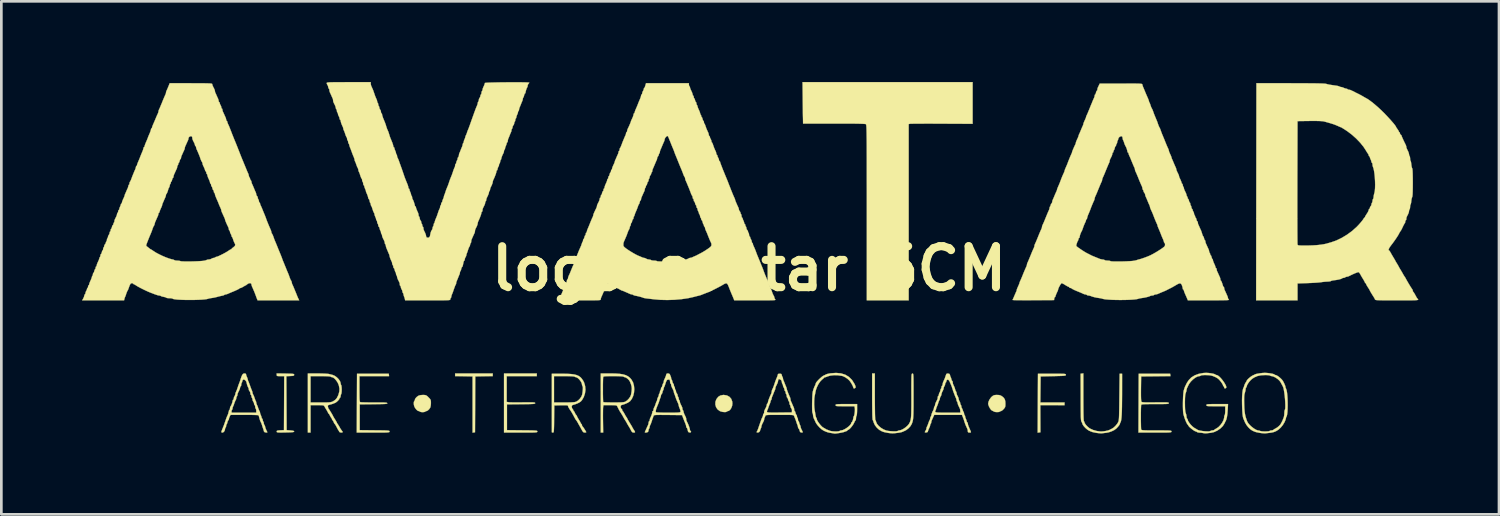
<source format=kicad_pcb>
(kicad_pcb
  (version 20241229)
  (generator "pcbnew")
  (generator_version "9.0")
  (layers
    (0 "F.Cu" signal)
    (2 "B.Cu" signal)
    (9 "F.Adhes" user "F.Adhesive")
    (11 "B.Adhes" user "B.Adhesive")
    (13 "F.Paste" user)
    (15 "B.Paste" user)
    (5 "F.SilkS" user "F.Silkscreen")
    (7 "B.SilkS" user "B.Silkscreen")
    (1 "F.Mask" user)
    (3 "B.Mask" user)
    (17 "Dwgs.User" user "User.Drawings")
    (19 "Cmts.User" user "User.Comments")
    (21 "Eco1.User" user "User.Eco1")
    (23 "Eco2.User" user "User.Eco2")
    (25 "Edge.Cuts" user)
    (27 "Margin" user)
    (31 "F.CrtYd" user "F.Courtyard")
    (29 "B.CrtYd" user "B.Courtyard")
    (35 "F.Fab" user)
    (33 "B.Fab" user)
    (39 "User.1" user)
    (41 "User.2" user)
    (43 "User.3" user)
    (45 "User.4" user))
  (footprint "logo avatar 5CM"
    (layer "F.Cu")
    (at 24.805 6.94)
    (property "Reference" "logo avatar 5CM" (at 0 0 0) (layer "F.SilkS") (effects (font (size 1.524 1.524) (thickness 0.3))))
    (attr through_hole)
    (fp_poly (pts (xy -9.532 3.996) (xy -9.857 4.001) (xy -10.182 4.007) (xy -10.186 5.046) (xy -10.191 6.085) (xy -10.236 6.091) (xy -10.282 6.097) (xy -10.282 4.007) (xy -10.607 4.001) (xy -10.931 3.996) (xy -10.931 3.897) (xy -9.532 3.897) (xy -9.532 3.996)) (stroke (width 0.01) (type solid)) (fill yes) (layer "F.SilkS"))
    (fp_poly (pts (xy -0.825 4.714) (xy -0.733 4.763) (xy -0.665 4.839) (xy -0.627 4.939) (xy -0.62 5.012) (xy -0.63 5.098) (xy -0.66 5.179) (xy -0.702 5.245) (xy -0.751 5.286) (xy -0.788 5.296) (xy -0.822 5.308) (xy -0.829 5.316) (xy -0.86 5.331) (xy -0.915 5.334) (xy -0.984 5.327) (xy -1.054 5.309) (xy -1.091 5.294) (xy -1.172 5.234) (xy -1.228 5.151) (xy -1.255 5.053) (xy -1.252 4.951) (xy -1.215 4.854) (xy -1.213 4.85) (xy -1.147 4.766) (xy -1.068 4.717) (xy -0.967 4.697) (xy -0.939 4.696) (xy -0.825 4.714)) (stroke (width 0.01) (type solid)) (fill yes) (layer "F.SilkS"))
    (fp_poly (pts (xy 9.296 4.7) (xy 9.354 4.716) (xy 9.408 4.748) (xy 9.411 4.75) (xy 9.473 4.804) (xy 9.511 4.865) (xy 9.529 4.944) (xy 9.532 5.028) (xy 9.53 5.1) (xy 9.52 5.148) (xy 9.496 5.188) (xy 9.466 5.223) (xy 9.421 5.266) (xy 9.381 5.292) (xy 9.367 5.296) (xy 9.332 5.307) (xy 9.323 5.316) (xy 9.296 5.328) (xy 9.245 5.334) (xy 9.186 5.333) (xy 9.134 5.325) (xy 9.113 5.317) (xy 9.073 5.296) (xy 9.029 5.275) (xy 8.991 5.242) (xy 8.951 5.184) (xy 8.916 5.115) (xy 8.894 5.049) (xy 8.89 5.019) (xy 8.904 4.947) (xy 8.941 4.866) (xy 8.994 4.792) (xy 9.024 4.761) (xy 9.073 4.723) (xy 9.118 4.704) (xy 9.176 4.697) (xy 9.218 4.696) (xy 9.296 4.7)) (stroke (width 0.01) (type solid)) (fill yes) (layer "F.SilkS"))
    (fp_poly (pts (xy 11.418 3.907) (xy 11.54 3.908) (xy 11.631 3.909) (xy 11.696 3.911) (xy 11.738 3.915) (xy 11.764 3.921) (xy 11.776 3.929) (xy 11.78 3.939) (xy 11.781 3.947) (xy 11.779 3.96) (xy 11.771 3.969) (xy 11.752 3.977) (xy 11.718 3.982) (xy 11.663 3.987) (xy 11.582 3.99) (xy 11.472 3.993) (xy 11.327 3.997) (xy 11.311 3.997) (xy 10.841 4.007) (xy 10.836 4.491) (xy 10.831 4.976) (xy 11.731 4.976) (xy 11.731 5.077) (xy 11.326 5.076) (xy 11.2 5.076) (xy 11.086 5.075) (xy 10.989 5.075) (xy 10.918 5.075) (xy 10.879 5.075) (xy 10.876 5.075) (xy 10.83 5.076) (xy 10.832 5.581) (xy 10.834 6.085) (xy 10.731 6.098) (xy 10.736 5.002) (xy 10.742 3.907) (xy 11.261 3.907) (xy 11.418 3.907)) (stroke (width 0.01) (type solid)) (fill yes) (layer "F.SilkS"))
    (fp_poly (pts (xy -12.063 4.698) (xy -12.017 4.708) (xy -11.977 4.732) (xy -11.929 4.777) (xy -11.92 4.786) (xy -11.871 4.837) (xy -11.844 4.877) (xy -11.833 4.921) (xy -11.831 4.984) (xy -11.831 4.997) (xy -11.835 5.072) (xy -11.847 5.139) (xy -11.859 5.172) (xy -11.9 5.231) (xy -11.949 5.275) (xy -11.995 5.296) (xy -12 5.296) (xy -12.034 5.308) (xy -12.041 5.316) (xy -12.066 5.328) (xy -12.117 5.335) (xy -12.14 5.336) (xy -12.197 5.332) (xy -12.234 5.321) (xy -12.24 5.316) (xy -12.269 5.298) (xy -12.288 5.296) (xy -12.328 5.28) (xy -12.375 5.238) (xy -12.419 5.181) (xy -12.446 5.13) (xy -12.463 5.072) (xy -12.469 5.009) (xy -12.465 4.955) (xy -12.45 4.926) (xy -12.432 4.898) (xy -12.43 4.88) (xy -12.411 4.83) (xy -12.363 4.775) (xy -12.306 4.731) (xy -12.235 4.705) (xy -12.131 4.696) (xy -12.063 4.698)) (stroke (width 0.01) (type solid)) (fill yes) (layer "F.SilkS"))
    (fp_poly (pts (xy -17.241 3.901) (xy -17.121 3.904) (xy -17.034 3.906) (xy -16.977 3.91) (xy -16.942 3.916) (xy -16.924 3.925) (xy -16.917 3.937) (xy -16.917 3.947) (xy -16.921 3.968) (xy -16.938 3.981) (xy -16.978 3.988) (xy -17.048 3.992) (xy -17.062 3.993) (xy -17.207 3.999) (xy -17.196 6.005) (xy -17.056 6.015) (xy -16.979 6.023) (xy -16.935 6.034) (xy -16.918 6.049) (xy -16.917 6.055) (xy -16.922 6.067) (xy -16.943 6.075) (xy -16.983 6.081) (xy -17.048 6.086) (xy -17.145 6.089) (xy -17.241 6.091) (xy -17.362 6.093) (xy -17.448 6.093) (xy -17.506 6.091) (xy -17.541 6.087) (xy -17.559 6.079) (xy -17.565 6.067) (xy -17.566 6.057) (xy -17.562 6.035) (xy -17.542 6.022) (xy -17.5 6.015) (xy -17.431 6.011) (xy -17.296 6.005) (xy -17.286 3.997) (xy -17.426 3.997) (xy -17.499 3.996) (xy -17.541 3.992) (xy -17.56 3.981) (xy -17.566 3.96) (xy -17.566 3.946) (xy -17.566 3.896) (xy -17.241 3.901)) (stroke (width 0.01) (type solid)) (fill yes) (layer "F.SilkS"))
    (fp_poly (pts (xy -7.894 3.997) (xy -9.013 3.997) (xy -9.013 4.954) (xy -8.948 4.966) (xy -8.91 4.97) (xy -8.838 4.972) (xy -8.74 4.973) (xy -8.621 4.974) (xy -8.489 4.973) (xy -8.418 4.972) (xy -8.27 4.97) (xy -8.157 4.97) (xy -8.075 4.97) (xy -8.018 4.973) (xy -7.982 4.977) (xy -7.963 4.984) (xy -7.955 4.993) (xy -7.954 5.001) (xy -7.956 5.011) (xy -7.967 5.019) (xy -7.991 5.026) (xy -8.032 5.031) (xy -8.094 5.034) (xy -8.183 5.037) (xy -8.302 5.039) (xy -8.456 5.04) (xy -8.478 5.041) (xy -9.003 5.046) (xy -9.003 6.005) (xy -8.438 6.011) (xy -8.274 6.012) (xy -8.144 6.014) (xy -8.047 6.016) (xy -7.976 6.019) (xy -7.927 6.023) (xy -7.897 6.028) (xy -7.881 6.035) (xy -7.875 6.045) (xy -7.874 6.056) (xy -7.875 6.067) (xy -7.881 6.075) (xy -7.897 6.082) (xy -7.926 6.087) (xy -7.973 6.091) (xy -8.041 6.093) (xy -8.135 6.094) (xy -8.26 6.095) (xy -8.418 6.095) (xy -8.493 6.095) (xy -9.113 6.095) (xy -9.113 3.897) (xy -7.894 3.897) (xy -7.894 3.997)) (stroke (width 0.01) (type solid)) (fill yes) (layer "F.SilkS"))
    (fp_poly (pts (xy 5.151 -6.935) (xy 8.313 -6.935) (xy 8.313 -6.16) (xy 8.313 -5.386) (xy 7.169 -5.391) (xy 6.958 -5.392) (xy 6.758 -5.393) (xy 6.572 -5.393) (xy 6.405 -5.392) (xy 6.261 -5.392) (xy 6.142 -5.391) (xy 6.053 -5.389) (xy 5.998 -5.388) (xy 5.98 -5.386) (xy 5.935 -5.375) (xy 5.935 1.179) (xy 4.377 1.179) (xy 4.377 -2.088) (xy 4.377 -2.511) (xy 4.377 -2.895) (xy 4.376 -3.244) (xy 4.376 -3.558) (xy 4.376 -3.839) (xy 4.376 -4.089) (xy 4.375 -4.31) (xy 4.375 -4.504) (xy 4.374 -4.673) (xy 4.373 -4.818) (xy 4.371 -4.941) (xy 4.37 -5.044) (xy 4.368 -5.129) (xy 4.366 -5.198) (xy 4.364 -5.252) (xy 4.361 -5.293) (xy 4.358 -5.324) (xy 4.355 -5.345) (xy 4.351 -5.359) (xy 4.346 -5.368) (xy 4.342 -5.373) (xy 4.337 -5.376) (xy 4.308 -5.381) (xy 4.24 -5.385) (xy 4.134 -5.389) (xy 3.989 -5.392) (xy 3.806 -5.394) (xy 3.583 -5.395) (xy 3.321 -5.395) (xy 3.153 -5.395) (xy 2.008 -5.394) (xy 2.004 -5.6) (xy 2.002 -5.676) (xy 2 -5.784) (xy 1.999 -5.916) (xy 1.997 -6.066) (xy 1.995 -6.224) (xy 1.994 -6.37) (xy 1.988 -6.935) (xy 5.151 -6.935)) (stroke (width 0.01) (type solid)) (fill yes) (layer "F.SilkS"))
    (fp_poly (pts (xy -13.393 3.952) (xy -13.387 3.997) (xy -14.489 3.997) (xy -14.489 4.474) (xy -14.488 4.626) (xy -14.487 4.742) (xy -14.485 4.828) (xy -14.482 4.888) (xy -14.477 4.927) (xy -14.47 4.95) (xy -14.461 4.962) (xy -14.455 4.965) (xy -14.427 4.968) (xy -14.364 4.971) (xy -14.273 4.973) (xy -14.16 4.975) (xy -14.032 4.975) (xy -13.941 4.975) (xy -13.788 4.975) (xy -13.671 4.975) (xy -13.584 4.977) (xy -13.524 4.98) (xy -13.485 4.985) (xy -13.464 4.992) (xy -13.454 5.001) (xy -13.453 5.004) (xy -13.455 5.014) (xy -13.468 5.021) (xy -13.496 5.027) (xy -13.544 5.032) (xy -13.616 5.035) (xy -13.717 5.037) (xy -13.85 5.039) (xy -13.963 5.041) (xy -14.479 5.046) (xy -14.479 6.005) (xy -13.924 6.011) (xy -13.761 6.012) (xy -13.633 6.014) (xy -13.537 6.016) (xy -13.467 6.019) (xy -13.42 6.023) (xy -13.391 6.029) (xy -13.376 6.036) (xy -13.37 6.045) (xy -13.369 6.056) (xy -13.371 6.067) (xy -13.377 6.076) (xy -13.393 6.082) (xy -13.422 6.087) (xy -13.469 6.091) (xy -13.538 6.093) (xy -13.633 6.094) (xy -13.759 6.095) (xy -13.918 6.095) (xy -13.979 6.095) (xy -14.589 6.095) (xy -14.584 5.001) (xy -14.579 3.907) (xy -13.399 3.907) (xy -13.393 3.952)) (stroke (width 0.01) (type solid)) (fill yes) (layer "F.SilkS"))
    (fp_poly (pts (xy 15.664 3.952) (xy 15.67 3.996) (xy 15.124 4.002) (xy 14.579 4.007) (xy 14.573 4.464) (xy 14.572 4.628) (xy 14.573 4.755) (xy 14.576 4.847) (xy 14.581 4.909) (xy 14.588 4.943) (xy 14.591 4.95) (xy 14.605 4.959) (xy 14.632 4.965) (xy 14.677 4.97) (xy 14.744 4.973) (xy 14.837 4.974) (xy 14.963 4.974) (xy 15.111 4.972) (xy 15.265 4.97) (xy 15.384 4.97) (xy 15.471 4.97) (xy 15.533 4.972) (xy 15.572 4.976) (xy 15.595 4.982) (xy 15.605 4.99) (xy 15.608 5.001) (xy 15.608 5.001) (xy 15.605 5.012) (xy 15.595 5.02) (xy 15.572 5.026) (xy 15.532 5.031) (xy 15.47 5.033) (xy 15.382 5.035) (xy 15.264 5.036) (xy 15.11 5.036) (xy 15.1 5.036) (xy 14.943 5.036) (xy 14.821 5.037) (xy 14.73 5.039) (xy 14.665 5.042) (xy 14.622 5.047) (xy 14.597 5.053) (xy 14.584 5.062) (xy 14.581 5.068) (xy 14.577 5.096) (xy 14.574 5.159) (xy 14.571 5.248) (xy 14.569 5.359) (xy 14.569 5.483) (xy 14.569 5.526) (xy 14.569 5.654) (xy 14.571 5.769) (xy 14.573 5.866) (xy 14.576 5.938) (xy 14.579 5.978) (xy 14.581 5.984) (xy 14.588 5.993) (xy 14.606 6) (xy 14.637 6.006) (xy 14.687 6.01) (xy 14.76 6.013) (xy 14.86 6.014) (xy 14.992 6.015) (xy 15.15 6.015) (xy 15.314 6.015) (xy 15.442 6.016) (xy 15.539 6.017) (xy 15.608 6.019) (xy 15.656 6.023) (xy 15.685 6.028) (xy 15.701 6.035) (xy 15.707 6.044) (xy 15.708 6.055) (xy 15.706 6.066) (xy 15.7 6.075) (xy 15.685 6.082) (xy 15.656 6.087) (xy 15.61 6.091) (xy 15.542 6.093) (xy 15.448 6.094) (xy 15.324 6.095) (xy 15.166 6.095) (xy 15.093 6.095) (xy 14.479 6.095) (xy 14.488 3.907) (xy 15.658 3.907) (xy 15.664 3.952)) (stroke (width 0.01) (type solid)) (fill yes) (layer "F.SilkS"))
    (fp_poly (pts (xy 12.43 4.785) (xy 12.431 5.023) (xy 12.432 5.225) (xy 12.434 5.39) (xy 12.437 5.519) (xy 12.441 5.61) (xy 12.446 5.662) (xy 12.45 5.676) (xy 12.468 5.692) (xy 12.47 5.708) (xy 12.485 5.751) (xy 12.524 5.807) (xy 12.579 5.867) (xy 12.641 5.921) (xy 12.679 5.946) (xy 12.795 5.999) (xy 12.929 6.037) (xy 13.061 6.054) (xy 13.09 6.055) (xy 13.174 6.05) (xy 13.264 6.036) (xy 13.346 6.017) (xy 13.404 5.996) (xy 13.409 5.993) (xy 13.452 5.97) (xy 13.482 5.957) (xy 13.551 5.914) (xy 13.623 5.847) (xy 13.687 5.77) (xy 13.712 5.73) (xy 13.724 5.709) (xy 13.733 5.688) (xy 13.741 5.663) (xy 13.747 5.629) (xy 13.752 5.585) (xy 13.756 5.524) (xy 13.759 5.444) (xy 13.761 5.341) (xy 13.764 5.211) (xy 13.766 5.05) (xy 13.768 4.854) (xy 13.769 4.776) (xy 13.779 3.907) (xy 13.871 3.907) (xy 13.87 4.676) (xy 13.868 4.92) (xy 13.866 5.126) (xy 13.862 5.297) (xy 13.856 5.436) (xy 13.848 5.545) (xy 13.838 5.626) (xy 13.825 5.683) (xy 13.811 5.718) (xy 13.806 5.724) (xy 13.79 5.761) (xy 13.789 5.769) (xy 13.775 5.805) (xy 13.735 5.859) (xy 13.677 5.924) (xy 13.651 5.949) (xy 13.577 6.003) (xy 13.478 6.051) (xy 13.369 6.087) (xy 13.288 6.102) (xy 13.214 6.111) (xy 13.146 6.119) (xy 13.119 6.123) (xy 13.069 6.123) (xy 12.996 6.117) (xy 12.92 6.107) (xy 12.83 6.09) (xy 12.766 6.075) (xy 12.71 6.055) (xy 12.648 6.027) (xy 12.633 6.02) (xy 12.572 5.98) (xy 12.507 5.924) (xy 12.449 5.861) (xy 12.408 5.803) (xy 12.397 5.775) (xy 12.38 5.727) (xy 12.366 5.701) (xy 12.358 5.69) (xy 12.352 5.674) (xy 12.347 5.649) (xy 12.342 5.613) (xy 12.339 5.562) (xy 12.336 5.493) (xy 12.335 5.401) (xy 12.333 5.283) (xy 12.332 5.137) (xy 12.331 4.957) (xy 12.331 4.741) (xy 12.331 4.736) (xy 12.328 3.907) (xy 12.379 3.901) (xy 12.43 3.894) (xy 12.43 4.785)) (stroke (width 0.01) (type solid)) (fill yes) (layer "F.SilkS"))
    (fp_poly (pts (xy 4.676 4.755) (xy 4.677 4.936) (xy 4.678 5.105) (xy 4.68 5.257) (xy 4.682 5.388) (xy 4.685 5.495) (xy 4.688 5.572) (xy 4.691 5.615) (xy 4.694 5.624) (xy 4.71 5.65) (xy 4.723 5.694) (xy 4.755 5.769) (xy 4.818 5.846) (xy 4.902 5.918) (xy 5 5.978) (xy 5.102 6.019) (xy 5.116 6.022) (xy 5.184 6.035) (xy 5.266 6.044) (xy 5.351 6.049) (xy 5.429 6.05) (xy 5.49 6.046) (xy 5.521 6.037) (xy 5.522 6.037) (xy 5.559 6.019) (xy 5.587 6.015) (xy 5.651 6.001) (xy 5.73 5.963) (xy 5.812 5.908) (xy 5.885 5.845) (xy 5.94 5.781) (xy 5.951 5.763) (xy 5.972 5.723) (xy 5.989 5.685) (xy 6.002 5.643) (xy 6.013 5.594) (xy 6.021 5.534) (xy 6.027 5.458) (xy 6.031 5.363) (xy 6.033 5.244) (xy 6.035 5.097) (xy 6.035 4.918) (xy 6.035 4.722) (xy 6.034 4.521) (xy 6.034 4.355) (xy 6.035 4.222) (xy 6.036 4.119) (xy 6.038 4.04) (xy 6.04 3.984) (xy 6.044 3.946) (xy 6.049 3.922) (xy 6.056 3.909) (xy 6.065 3.903) (xy 6.074 3.901) (xy 6.084 3.9) (xy 6.092 3.903) (xy 6.099 3.914) (xy 6.104 3.935) (xy 6.108 3.972) (xy 6.111 4.026) (xy 6.113 4.103) (xy 6.114 4.204) (xy 6.115 4.334) (xy 6.115 4.496) (xy 6.115 4.694) (xy 6.115 4.738) (xy 6.115 4.95) (xy 6.115 5.125) (xy 6.113 5.27) (xy 6.111 5.386) (xy 6.107 5.48) (xy 6.102 5.554) (xy 6.095 5.614) (xy 6.086 5.663) (xy 6.074 5.706) (xy 6.06 5.746) (xy 6.042 5.788) (xy 5.996 5.863) (xy 5.927 5.938) (xy 5.848 5.999) (xy 5.813 6.019) (xy 5.752 6.047) (xy 5.704 6.068) (xy 5.659 6.083) (xy 5.608 6.094) (xy 5.54 6.104) (xy 5.448 6.115) (xy 5.386 6.122) (xy 5.324 6.123) (xy 5.242 6.117) (xy 5.166 6.107) (xy 5.091 6.093) (xy 5.028 6.079) (xy 4.991 6.069) (xy 4.991 6.069) (xy 4.947 6.052) (xy 4.931 6.045) (xy 4.836 5.991) (xy 4.748 5.911) (xy 4.676 5.816) (xy 4.632 5.718) (xy 4.627 5.7) (xy 4.612 5.653) (xy 4.596 5.625) (xy 4.595 5.625) (xy 4.591 5.602) (xy 4.587 5.544) (xy 4.583 5.451) (xy 4.581 5.329) (xy 4.579 5.179) (xy 4.577 5.006) (xy 4.576 4.813) (xy 4.576 4.755) (xy 4.576 3.897) (xy 4.676 3.897) (xy 4.676 4.755)) (stroke (width 0.01) (type solid)) (fill yes) (layer "F.SilkS"))
    (fp_poly (pts (xy -6.774 3.91) (xy -6.623 3.918) (xy -6.502 3.934) (xy -6.406 3.959) (xy -6.33 3.994) (xy -6.268 4.039) (xy -6.221 4.092) (xy -6.171 4.164) (xy -6.136 4.232) (xy -6.11 4.314) (xy -6.095 4.379) (xy -6.084 4.506) (xy -6.103 4.641) (xy -6.146 4.772) (xy -6.211 4.885) (xy -6.255 4.936) (xy -6.308 4.974) (xy -6.385 5.013) (xy -6.473 5.046) (xy -6.54 5.065) (xy -6.581 5.082) (xy -6.594 5.119) (xy -6.595 5.134) (xy -6.585 5.184) (xy -6.565 5.216) (xy -6.539 5.25) (xy -6.535 5.268) (xy -6.525 5.293) (xy -6.519 5.296) (xy -6.502 5.313) (xy -6.48 5.354) (xy -6.475 5.366) (xy -6.454 5.411) (xy -6.435 5.435) (xy -6.433 5.436) (xy -6.416 5.452) (xy -6.404 5.479) (xy -6.386 5.519) (xy -6.353 5.578) (xy -6.323 5.628) (xy -6.287 5.687) (xy -6.263 5.733) (xy -6.255 5.755) (xy -6.24 5.775) (xy -6.235 5.775) (xy -6.219 5.792) (xy -6.215 5.814) (xy -6.208 5.849) (xy -6.2 5.859) (xy -6.182 5.878) (xy -6.151 5.92) (xy -6.116 5.974) (xy -6.083 6.027) (xy -6.061 6.067) (xy -6.055 6.082) (xy -6.073 6.091) (xy -6.111 6.095) (xy -6.154 6.087) (xy -6.187 6.055) (xy -6.208 6.02) (xy -6.242 5.958) (xy -6.283 5.883) (xy -6.305 5.845) (xy -6.341 5.781) (xy -6.373 5.723) (xy -6.387 5.698) (xy -6.412 5.657) (xy -6.429 5.638) (xy -6.447 5.614) (xy -6.474 5.567) (xy -6.49 5.538) (xy -6.539 5.445) (xy -6.582 5.369) (xy -6.612 5.318) (xy -6.62 5.306) (xy -6.667 5.238) (xy -6.706 5.174) (xy -6.73 5.124) (xy -6.735 5.104) (xy -6.74 5.092) (xy -6.761 5.084) (xy -6.803 5.08) (xy -6.872 5.079) (xy -6.975 5.08) (xy -6.989 5.08) (xy -7.244 5.086) (xy -7.25 5.591) (xy -7.251 5.745) (xy -7.253 5.865) (xy -7.256 5.953) (xy -7.259 6.016) (xy -7.263 6.057) (xy -7.27 6.08) (xy -7.278 6.092) (xy -7.289 6.095) (xy -7.295 6.095) (xy -7.327 6.091) (xy -7.334 6.085) (xy -7.334 6.064) (xy -7.334 6.006) (xy -7.335 5.916) (xy -7.335 5.797) (xy -7.335 5.653) (xy -7.335 5.487) (xy -7.335 5.303) (xy -7.335 5.105) (xy -7.335 4.991) (xy -7.335 3.997) (xy -7.254 3.997) (xy -7.254 4.976) (xy -6.877 4.976) (xy -6.73 4.975) (xy -6.618 4.972) (xy -6.535 4.967) (xy -6.476 4.96) (xy -6.436 4.949) (xy -6.429 4.947) (xy -6.358 4.902) (xy -6.289 4.833) (xy -6.235 4.755) (xy -6.206 4.68) (xy -6.206 4.68) (xy -6.189 4.567) (xy -6.181 4.474) (xy -6.182 4.406) (xy -6.193 4.371) (xy -6.193 4.371) (xy -6.211 4.334) (xy -6.215 4.302) (xy -6.229 4.246) (xy -6.266 4.182) (xy -6.316 4.119) (xy -6.371 4.068) (xy -6.422 4.04) (xy -6.439 4.037) (xy -6.475 4.026) (xy -6.485 4.017) (xy -6.509 4.01) (xy -6.569 4.004) (xy -6.661 4) (xy -6.782 3.997) (xy -6.876 3.997) (xy -7.254 3.997) (xy -7.335 3.997) (xy -7.335 3.907) (xy -6.96 3.907) (xy -6.774 3.91)) (stroke (width 0.01) (type solid)) (fill yes) (layer "F.SilkS"))
    (fp_poly (pts (xy -16.052 3.897) (xy -15.931 3.899) (xy -15.818 3.902) (xy -15.722 3.907) (xy -15.65 3.913) (xy -15.618 3.919) (xy -15.553 3.935) (xy -15.496 3.95) (xy -15.488 3.951) (xy -15.41 3.984) (xy -15.332 4.039) (xy -15.264 4.108) (xy -15.213 4.181) (xy -15.189 4.251) (xy -15.188 4.265) (xy -15.181 4.308) (xy -15.168 4.327) (xy -15.159 4.351) (xy -15.152 4.405) (xy -15.148 4.478) (xy -15.148 4.496) (xy -15.15 4.572) (xy -15.157 4.631) (xy -15.166 4.664) (xy -15.168 4.666) (xy -15.182 4.693) (xy -15.188 4.737) (xy -15.194 4.779) (xy -15.208 4.796) (xy -15.227 4.812) (xy -15.228 4.821) (xy -15.243 4.856) (xy -15.28 4.902) (xy -15.328 4.948) (xy -15.376 4.983) (xy -15.388 4.989) (xy -15.504 5.034) (xy -15.615 5.065) (xy -15.654 5.078) (xy -15.665 5.103) (xy -15.66 5.141) (xy -15.647 5.188) (xy -15.632 5.215) (xy -15.632 5.215) (xy -15.616 5.235) (xy -15.587 5.28) (xy -15.552 5.337) (xy -15.516 5.396) (xy -15.487 5.448) (xy -15.47 5.481) (xy -15.468 5.487) (xy -15.458 5.506) (xy -15.432 5.55) (xy -15.398 5.604) (xy -15.362 5.663) (xy -15.337 5.707) (xy -15.328 5.728) (xy -15.316 5.753) (xy -15.301 5.774) (xy -15.276 5.81) (xy -15.243 5.865) (xy -15.226 5.895) (xy -15.191 5.956) (xy -15.156 6.008) (xy -15.143 6.024) (xy -15.113 6.065) (xy -15.117 6.087) (xy -15.157 6.095) (xy -15.169 6.095) (xy -15.222 6.083) (xy -15.242 6.06) (xy -15.259 6.026) (xy -15.267 6.015) (xy -15.281 5.994) (xy -15.308 5.947) (xy -15.337 5.89) (xy -15.369 5.831) (xy -15.395 5.79) (xy -15.408 5.775) (xy -15.423 5.759) (xy -15.443 5.718) (xy -15.448 5.706) (xy -15.469 5.66) (xy -15.488 5.637) (xy -15.492 5.636) (xy -15.506 5.619) (xy -15.508 5.607) (xy -15.521 5.569) (xy -15.534 5.552) (xy -15.56 5.516) (xy -15.587 5.464) (xy -15.589 5.461) (xy -15.611 5.418) (xy -15.628 5.396) (xy -15.63 5.396) (xy -15.647 5.38) (xy -15.655 5.361) (xy -15.673 5.323) (xy -15.703 5.269) (xy -15.718 5.246) (xy -15.754 5.187) (xy -15.784 5.135) (xy -15.791 5.121) (xy -15.803 5.102) (xy -15.82 5.09) (xy -15.849 5.082) (xy -15.899 5.078) (xy -15.976 5.076) (xy -16.061 5.076) (xy -16.307 5.076) (xy -16.307 6.095) (xy -16.407 6.095) (xy -16.407 3.997) (xy -16.307 3.997) (xy -16.307 4.976) (xy -15.929 4.976) (xy -15.796 4.976) (xy -15.696 4.975) (xy -15.623 4.972) (xy -15.57 4.966) (xy -15.531 4.958) (xy -15.498 4.946) (xy -15.467 4.931) (xy -15.388 4.879) (xy -15.33 4.812) (xy -15.283 4.719) (xy -15.266 4.673) (xy -15.237 4.564) (xy -15.232 4.466) (xy -15.251 4.361) (xy -15.263 4.319) (xy -15.296 4.244) (xy -15.344 4.169) (xy -15.399 4.104) (xy -15.454 4.057) (xy -15.502 4.037) (xy -15.506 4.037) (xy -15.545 4.028) (xy -15.558 4.017) (xy -15.582 4.01) (xy -15.642 4.004) (xy -15.734 4) (xy -15.853 3.997) (xy -15.939 3.997) (xy -16.307 3.997) (xy -16.407 3.997) (xy -16.407 3.897) (xy -16.052 3.897)) (stroke (width 0.01) (type solid)) (fill yes) (layer "F.SilkS"))
    (fp_poly (pts (xy -4.969 3.9) (xy -4.813 3.911) (xy -4.687 3.931) (xy -4.585 3.961) (xy -4.502 4.003) (xy -4.432 4.058) (xy -4.374 4.125) (xy -4.315 4.229) (xy -4.281 4.35) (xy -4.269 4.479) (xy -4.279 4.609) (xy -4.309 4.732) (xy -4.359 4.841) (xy -4.426 4.929) (xy -4.511 4.987) (xy -4.512 4.987) (xy -4.589 5.021) (xy -4.642 5.042) (xy -4.681 5.055) (xy -4.72 5.065) (xy -4.721 5.065) (xy -4.761 5.081) (xy -4.775 5.116) (xy -4.776 5.137) (xy -4.767 5.186) (xy -4.746 5.209) (xy -4.721 5.236) (xy -4.716 5.258) (xy -4.71 5.289) (xy -4.701 5.296) (xy -4.685 5.312) (xy -4.657 5.355) (xy -4.626 5.411) (xy -4.593 5.471) (xy -4.566 5.515) (xy -4.551 5.532) (xy -4.537 5.555) (xy -4.536 5.557) (xy -4.526 5.585) (xy -4.494 5.642) (xy -4.444 5.725) (xy -4.382 5.826) (xy -4.352 5.877) (xy -4.338 5.905) (xy -4.313 5.95) (xy -4.28 6.002) (xy -4.278 6.005) (xy -4.246 6.056) (xy -4.241 6.083) (xy -4.264 6.094) (xy -4.293 6.095) (xy -4.331 6.089) (xy -4.359 6.066) (xy -4.39 6.016) (xy -4.397 6) (xy -4.429 5.94) (xy -4.457 5.892) (xy -4.467 5.875) (xy -4.49 5.84) (xy -4.521 5.786) (xy -4.538 5.755) (xy -4.57 5.697) (xy -4.598 5.65) (xy -4.608 5.636) (xy -4.63 5.601) (xy -4.662 5.546) (xy -4.678 5.516) (xy -4.716 5.448) (xy -4.755 5.385) (xy -4.768 5.366) (xy -4.805 5.307) (xy -4.843 5.239) (xy -4.848 5.229) (xy -4.877 5.171) (xy -4.901 5.123) (xy -4.906 5.114) (xy -4.918 5.098) (xy -4.939 5.087) (xy -4.975 5.081) (xy -5.035 5.077) (xy -5.125 5.076) (xy -5.17 5.076) (xy -5.414 5.076) (xy -5.426 5.142) (xy -5.43 5.181) (xy -5.432 5.253) (xy -5.433 5.351) (xy -5.434 5.469) (xy -5.433 5.599) (xy -5.432 5.651) (xy -5.426 6.095) (xy -5.471 6.095) (xy -5.516 6.095) (xy -5.516 4.425) (xy -5.435 4.425) (xy -5.435 4.544) (xy -5.435 4.661) (xy -5.433 4.767) (xy -5.431 4.857) (xy -5.428 4.923) (xy -5.424 4.959) (xy -5.422 4.963) (xy -5.399 4.967) (xy -5.342 4.971) (xy -5.259 4.973) (xy -5.154 4.975) (xy -5.036 4.976) (xy -5.036 4.976) (xy -4.896 4.975) (xy -4.79 4.973) (xy -4.712 4.969) (xy -4.657 4.962) (xy -4.618 4.953) (xy -4.6 4.945) (xy -4.53 4.896) (xy -4.464 4.826) (xy -4.413 4.749) (xy -4.388 4.68) (xy -4.369 4.56) (xy -4.362 4.465) (xy -4.369 4.384) (xy -4.39 4.304) (xy -4.425 4.212) (xy -4.43 4.202) (xy -4.464 4.148) (xy -4.515 4.096) (xy -4.571 4.055) (xy -4.618 4.037) (xy -4.622 4.037) (xy -4.657 4.026) (xy -4.666 4.017) (xy -4.691 4.01) (xy -4.751 4.004) (xy -4.842 4) (xy -4.962 3.997) (xy -5.045 3.997) (xy -5.177 3.997) (xy -5.274 3.999) (xy -5.341 4.002) (xy -5.385 4.007) (xy -5.41 4.014) (xy -5.422 4.025) (xy -5.424 4.028) (xy -5.428 4.058) (xy -5.431 4.12) (xy -5.433 4.206) (xy -5.435 4.31) (xy -5.435 4.425) (xy -5.516 4.425) (xy -5.516 3.897) (xy -5.158 3.897) (xy -4.969 3.9)) (stroke (width 0.01) (type solid)) (fill yes) (layer "F.SilkS"))
    (fp_poly (pts (xy 17.071 3.878) (xy 17.154 3.888) (xy 17.232 3.901) (xy 17.294 3.916) (xy 17.329 3.932) (xy 17.33 3.933) (xy 17.37 3.954) (xy 17.388 3.957) (xy 17.431 3.972) (xy 17.484 4.013) (xy 17.543 4.072) (xy 17.603 4.144) (xy 17.658 4.22) (xy 17.704 4.295) (xy 17.736 4.36) (xy 17.748 4.41) (xy 17.74 4.434) (xy 17.703 4.455) (xy 17.675 4.445) (xy 17.666 4.417) (xy 17.658 4.384) (xy 17.646 4.377) (xy 17.628 4.36) (xy 17.626 4.347) (xy 17.613 4.31) (xy 17.58 4.255) (xy 17.535 4.193) (xy 17.486 4.135) (xy 17.44 4.092) (xy 17.433 4.086) (xy 17.356 4.039) (xy 17.266 4) (xy 17.205 3.98) (xy 17.152 3.969) (xy 17.079 3.961) (xy 16.998 3.958) (xy 16.918 3.958) (xy 16.851 3.962) (xy 16.807 3.97) (xy 16.797 3.977) (xy 16.769 3.993) (xy 16.739 3.997) (xy 16.67 4.013) (xy 16.59 4.056) (xy 16.507 4.12) (xy 16.429 4.197) (xy 16.366 4.28) (xy 16.34 4.327) (xy 16.312 4.385) (xy 16.29 4.432) (xy 16.285 4.441) (xy 16.269 4.491) (xy 16.267 4.514) (xy 16.26 4.557) (xy 16.241 4.614) (xy 16.237 4.623) (xy 16.224 4.668) (xy 16.215 4.733) (xy 16.21 4.824) (xy 16.207 4.947) (xy 16.207 4.996) (xy 16.209 5.131) (xy 16.213 5.232) (xy 16.221 5.305) (xy 16.232 5.356) (xy 16.237 5.369) (xy 16.258 5.436) (xy 16.267 5.504) (xy 16.267 5.508) (xy 16.272 5.553) (xy 16.285 5.575) (xy 16.287 5.576) (xy 16.305 5.592) (xy 16.307 5.606) (xy 16.322 5.658) (xy 16.362 5.725) (xy 16.418 5.797) (xy 16.483 5.864) (xy 16.55 5.917) (xy 16.584 5.937) (xy 16.634 5.965) (xy 16.667 5.987) (xy 16.709 6.007) (xy 16.778 6.024) (xy 16.861 6.038) (xy 16.951 6.048) (xy 17.035 6.052) (xy 17.104 6.051) (xy 17.147 6.041) (xy 17.153 6.037) (xy 17.188 6.021) (xy 17.229 6.015) (xy 17.274 6.009) (xy 17.296 5.996) (xy 17.321 5.975) (xy 17.366 5.949) (xy 17.374 5.945) (xy 17.452 5.893) (xy 17.527 5.816) (xy 17.593 5.726) (xy 17.641 5.633) (xy 17.665 5.547) (xy 17.666 5.526) (xy 17.671 5.477) (xy 17.684 5.447) (xy 17.686 5.446) (xy 17.695 5.421) (xy 17.702 5.367) (xy 17.706 5.294) (xy 17.706 5.275) (xy 17.706 5.116) (xy 17.356 5.116) (xy 17.23 5.116) (xy 17.139 5.115) (xy 17.077 5.112) (xy 17.038 5.108) (xy 17.017 5.101) (xy 17.008 5.09) (xy 17.007 5.076) (xy 17.008 5.062) (xy 17.016 5.052) (xy 17.036 5.045) (xy 17.073 5.041) (xy 17.131 5.038) (xy 17.217 5.036) (xy 17.335 5.036) (xy 17.408 5.036) (xy 17.81 5.036) (xy 17.8 5.231) (xy 17.787 5.398) (xy 17.768 5.527) (xy 17.744 5.618) (xy 17.732 5.646) (xy 17.708 5.692) (xy 17.682 5.749) (xy 17.681 5.752) (xy 17.618 5.852) (xy 17.524 5.945) (xy 17.411 6.022) (xy 17.288 6.078) (xy 17.176 6.103) (xy 17.104 6.111) (xy 17.037 6.119) (xy 17.017 6.122) (xy 16.951 6.124) (xy 16.897 6.116) (xy 16.836 6.105) (xy 16.765 6.098) (xy 16.753 6.098) (xy 16.698 6.092) (xy 16.662 6.08) (xy 16.657 6.075) (xy 16.628 6.057) (xy 16.615 6.055) (xy 16.581 6.043) (xy 16.529 6.012) (xy 16.469 5.969) (xy 16.411 5.922) (xy 16.367 5.881) (xy 16.348 5.857) (xy 16.319 5.812) (xy 16.302 5.792) (xy 16.277 5.753) (xy 16.246 5.687) (xy 16.212 5.604) (xy 16.181 5.515) (xy 16.156 5.43) (xy 16.148 5.396) (xy 16.14 5.332) (xy 16.135 5.238) (xy 16.132 5.123) (xy 16.132 4.996) (xy 16.135 4.866) (xy 16.14 4.744) (xy 16.148 4.638) (xy 16.157 4.557) (xy 16.161 4.536) (xy 16.206 4.398) (xy 16.277 4.253) (xy 16.347 4.147) (xy 16.445 4.046) (xy 16.572 3.967) (xy 16.724 3.911) (xy 16.893 3.88) (xy 16.997 3.875) (xy 17.071 3.878)) (stroke (width 0.01) (type solid)) (fill yes) (layer "F.SilkS"))
    (fp_poly (pts (xy 3.417 3.894) (xy 3.576 3.943) (xy 3.713 4.025) (xy 3.828 4.14) (xy 3.921 4.288) (xy 3.927 4.3) (xy 3.955 4.366) (xy 3.963 4.407) (xy 3.954 4.43) (xy 3.921 4.453) (xy 3.89 4.452) (xy 3.877 4.427) (xy 3.866 4.39) (xy 3.84 4.332) (xy 3.803 4.265) (xy 3.763 4.203) (xy 3.73 4.16) (xy 3.661 4.097) (xy 3.578 4.04) (xy 3.496 4) (xy 3.457 3.988) (xy 3.307 3.966) (xy 3.16 3.962) (xy 3.027 3.976) (xy 2.918 4.007) (xy 2.893 4.019) (xy 2.849 4.034) (xy 2.83 4.037) (xy 2.8 4.046) (xy 2.794 4.052) (xy 2.776 4.072) (xy 2.736 4.107) (xy 2.708 4.13) (xy 2.643 4.198) (xy 2.579 4.293) (xy 2.524 4.403) (xy 2.484 4.514) (xy 2.47 4.576) (xy 2.458 4.642) (xy 2.443 4.718) (xy 2.439 4.736) (xy 2.427 4.821) (xy 2.422 4.931) (xy 2.421 5.05) (xy 2.427 5.164) (xy 2.438 5.259) (xy 2.44 5.266) (xy 2.454 5.346) (xy 2.467 5.427) (xy 2.471 5.451) (xy 2.482 5.506) (xy 2.496 5.542) (xy 2.501 5.547) (xy 2.515 5.574) (xy 2.518 5.598) (xy 2.531 5.638) (xy 2.565 5.697) (xy 2.613 5.764) (xy 2.667 5.829) (xy 2.721 5.883) (xy 2.743 5.9) (xy 2.874 5.977) (xy 3.019 6.033) (xy 3.076 6.045) (xy 3.149 6.052) (xy 3.226 6.055) (xy 3.296 6.052) (xy 3.347 6.045) (xy 3.367 6.035) (xy 3.395 6.019) (xy 3.426 6.015) (xy 3.483 6.003) (xy 3.554 5.97) (xy 3.629 5.924) (xy 3.699 5.871) (xy 3.756 5.816) (xy 3.791 5.768) (xy 3.797 5.744) (xy 3.806 5.718) (xy 3.813 5.715) (xy 3.83 5.698) (xy 3.85 5.656) (xy 3.867 5.603) (xy 3.876 5.554) (xy 3.877 5.543) (xy 3.886 5.5) (xy 3.897 5.484) (xy 3.911 5.452) (xy 3.922 5.393) (xy 3.931 5.32) (xy 3.935 5.247) (xy 3.932 5.187) (xy 3.929 5.168) (xy 3.916 5.116) (xy 3.567 5.116) (xy 3.441 5.116) (xy 3.35 5.115) (xy 3.287 5.112) (xy 3.248 5.108) (xy 3.228 5.1) (xy 3.219 5.09) (xy 3.217 5.076) (xy 3.219 5.062) (xy 3.227 5.052) (xy 3.247 5.045) (xy 3.284 5.041) (xy 3.343 5.038) (xy 3.429 5.036) (xy 3.547 5.036) (xy 3.617 5.036) (xy 4.017 5.036) (xy 4.017 5.245) (xy 4.015 5.335) (xy 4.01 5.407) (xy 4.003 5.453) (xy 3.997 5.466) (xy 3.984 5.492) (xy 3.977 5.542) (xy 3.977 5.557) (xy 3.973 5.606) (xy 3.965 5.634) (xy 3.962 5.636) (xy 3.946 5.653) (xy 3.923 5.695) (xy 3.909 5.727) (xy 3.878 5.786) (xy 3.834 5.85) (xy 3.784 5.912) (xy 3.735 5.962) (xy 3.695 5.991) (xy 3.681 5.995) (xy 3.659 6.007) (xy 3.657 6.014) (xy 3.64 6.033) (xy 3.612 6.045) (xy 3.557 6.063) (xy 3.527 6.075) (xy 3.491 6.085) (xy 3.429 6.098) (xy 3.356 6.111) (xy 3.282 6.123) (xy 3.221 6.131) (xy 3.186 6.133) (xy 3.184 6.132) (xy 3.157 6.128) (xy 3.103 6.119) (xy 3.048 6.11) (xy 2.966 6.096) (xy 2.899 6.077) (xy 2.83 6.05) (xy 2.761 6.017) (xy 2.696 5.974) (xy 2.623 5.908) (xy 2.552 5.83) (xy 2.495 5.752) (xy 2.47 5.705) (xy 2.441 5.639) (xy 2.412 5.579) (xy 2.407 5.569) (xy 2.386 5.506) (xy 2.378 5.448) (xy 2.372 5.397) (xy 2.357 5.363) (xy 2.357 5.362) (xy 2.351 5.337) (xy 2.346 5.278) (xy 2.344 5.195) (xy 2.343 5.095) (xy 2.344 4.986) (xy 2.347 4.875) (xy 2.351 4.769) (xy 2.356 4.677) (xy 2.363 4.606) (xy 2.368 4.576) (xy 2.393 4.486) (xy 2.431 4.388) (xy 2.459 4.332) (xy 2.475 4.288) (xy 2.478 4.268) (xy 2.492 4.238) (xy 2.529 4.191) (xy 2.582 4.134) (xy 2.641 4.077) (xy 2.7 4.025) (xy 2.749 3.989) (xy 2.768 3.979) (xy 2.824 3.953) (xy 2.868 3.93) (xy 2.909 3.916) (xy 2.974 3.901) (xy 3.028 3.892) (xy 3.234 3.877) (xy 3.417 3.894)) (stroke (width 0.01) (type solid)) (fill yes) (layer "F.SilkS"))
    (fp_poly (pts (xy 19.252 3.878) (xy 19.337 3.887) (xy 19.418 3.9) (xy 19.484 3.914) (xy 19.524 3.929) (xy 19.528 3.932) (xy 19.564 3.954) (xy 19.58 3.957) (xy 19.622 3.971) (xy 19.68 4.007) (xy 19.743 4.058) (xy 19.802 4.114) (xy 19.841 4.162) (xy 19.872 4.214) (xy 19.903 4.277) (xy 19.929 4.338) (xy 19.945 4.387) (xy 19.947 4.412) (xy 19.953 4.431) (xy 19.971 4.471) (xy 19.971 4.472) (xy 19.989 4.527) (xy 20.004 4.611) (xy 20.015 4.718) (xy 20.023 4.839) (xy 20.027 4.969) (xy 20.028 5.099) (xy 20.025 5.222) (xy 20.019 5.332) (xy 20.008 5.421) (xy 19.994 5.483) (xy 19.982 5.505) (xy 19.966 5.54) (xy 19.964 5.559) (xy 19.956 5.595) (xy 19.935 5.653) (xy 19.911 5.708) (xy 19.849 5.812) (xy 19.77 5.909) (xy 19.682 5.989) (xy 19.595 6.043) (xy 19.585 6.047) (xy 19.541 6.065) (xy 19.515 6.075) (xy 19.471 6.087) (xy 19.407 6.099) (xy 19.375 6.103) (xy 19.299 6.112) (xy 19.227 6.12) (xy 19.205 6.123) (xy 19.149 6.123) (xy 19.071 6.117) (xy 18.995 6.107) (xy 18.906 6.09) (xy 18.841 6.075) (xy 18.785 6.055) (xy 18.723 6.027) (xy 18.71 6.02) (xy 18.636 5.97) (xy 18.56 5.895) (xy 18.492 5.807) (xy 18.443 5.72) (xy 18.442 5.719) (xy 18.416 5.656) (xy 18.393 5.603) (xy 18.385 5.586) (xy 18.37 5.541) (xy 18.358 5.481) (xy 18.348 5.4) (xy 18.341 5.294) (xy 18.335 5.156) (xy 18.332 5.056) (xy 18.33 4.898) (xy 18.409 4.898) (xy 18.412 5.028) (xy 18.417 5.183) (xy 18.427 5.308) (xy 18.442 5.414) (xy 18.464 5.511) (xy 18.496 5.609) (xy 18.525 5.688) (xy 18.562 5.75) (xy 18.622 5.818) (xy 18.696 5.886) (xy 18.776 5.946) (xy 18.851 5.991) (xy 18.914 6.014) (xy 18.929 6.016) (xy 18.979 6.024) (xy 19.005 6.035) (xy 19.04 6.045) (xy 19.099 6.052) (xy 19.171 6.054) (xy 19.244 6.053) (xy 19.307 6.049) (xy 19.347 6.041) (xy 19.355 6.035) (xy 19.382 6.021) (xy 19.425 6.015) (xy 19.47 6.009) (xy 19.494 5.996) (xy 19.519 5.975) (xy 19.565 5.949) (xy 19.577 5.943) (xy 19.64 5.905) (xy 19.703 5.853) (xy 19.753 5.8) (xy 19.772 5.771) (xy 19.793 5.731) (xy 19.802 5.715) (xy 19.823 5.674) (xy 19.84 5.636) (xy 19.863 5.578) (xy 19.882 5.53) (xy 19.895 5.476) (xy 19.903 5.405) (xy 19.904 5.369) (xy 19.908 5.305) (xy 19.918 5.257) (xy 19.926 5.243) (xy 19.936 5.211) (xy 19.94 5.148) (xy 19.94 5.06) (xy 19.936 4.954) (xy 19.928 4.839) (xy 19.917 4.721) (xy 19.902 4.609) (xy 19.886 4.508) (xy 19.873 4.446) (xy 19.851 4.385) (xy 19.821 4.327) (xy 19.791 4.273) (xy 19.767 4.227) (xy 19.767 4.227) (xy 19.726 4.169) (xy 19.662 4.109) (xy 19.585 4.055) (xy 19.508 4.015) (xy 19.442 3.997) (xy 19.435 3.997) (xy 19.393 3.989) (xy 19.375 3.977) (xy 19.35 3.968) (xy 19.296 3.961) (xy 19.222 3.957) (xy 19.19 3.957) (xy 19.034 3.965) (xy 18.904 3.993) (xy 18.789 4.043) (xy 18.71 4.094) (xy 18.656 4.142) (xy 18.6 4.205) (xy 18.552 4.272) (xy 18.518 4.333) (xy 18.505 4.374) (xy 18.497 4.408) (xy 18.485 4.417) (xy 18.471 4.434) (xy 18.465 4.473) (xy 18.459 4.527) (xy 18.442 4.595) (xy 18.435 4.62) (xy 18.422 4.666) (xy 18.414 4.723) (xy 18.41 4.798) (xy 18.409 4.898) (xy 18.33 4.898) (xy 18.33 4.895) (xy 18.334 4.749) (xy 18.343 4.622) (xy 18.356 4.521) (xy 18.374 4.451) (xy 18.386 4.427) (xy 18.401 4.394) (xy 18.414 4.348) (xy 18.437 4.288) (xy 18.467 4.235) (xy 18.493 4.194) (xy 18.505 4.167) (xy 18.505 4.166) (xy 18.52 4.141) (xy 18.557 4.101) (xy 18.607 4.056) (xy 18.66 4.014) (xy 18.706 3.984) (xy 18.715 3.979) (xy 18.771 3.953) (xy 18.815 3.93) (xy 18.857 3.916) (xy 18.927 3.902) (xy 19.01 3.889) (xy 19.096 3.879) (xy 19.17 3.875) (xy 19.175 3.875) (xy 19.252 3.878)) (stroke (width 0.01) (type solid)) (fill yes) (layer "F.SilkS"))
    (fp_poly (pts (xy 7.401 3.901) (xy 7.448 3.912) (xy 7.468 3.942) (xy 7.471 3.957) (xy 7.482 4.003) (xy 7.494 4.027) (xy 7.509 4.059) (xy 7.523 4.11) (xy 7.523 4.112) (xy 7.538 4.156) (xy 7.554 4.176) (xy 7.556 4.177) (xy 7.569 4.194) (xy 7.574 4.227) (xy 7.576 4.261) (xy 7.585 4.294) (xy 7.605 4.34) (xy 7.628 4.387) (xy 7.648 4.436) (xy 7.663 4.492) (xy 7.678 4.539) (xy 7.695 4.567) (xy 7.695 4.567) (xy 7.711 4.595) (xy 7.714 4.618) (xy 7.723 4.668) (xy 7.734 4.697) (xy 7.761 4.749) (xy 7.774 4.776) (xy 7.791 4.825) (xy 7.794 4.852) (xy 7.806 4.897) (xy 7.823 4.927) (xy 7.847 4.976) (xy 7.853 5.01) (xy 7.862 5.05) (xy 7.874 5.066) (xy 7.89 5.094) (xy 7.894 5.123) (xy 7.902 5.168) (xy 7.914 5.188) (xy 7.934 5.223) (xy 7.944 5.256) (xy 7.959 5.301) (xy 7.973 5.323) (xy 7.99 5.359) (xy 7.994 5.389) (xy 8.002 5.429) (xy 8.014 5.446) (xy 8.031 5.474) (xy 8.034 5.495) (xy 8.043 5.538) (xy 8.064 5.588) (xy 8.085 5.64) (xy 8.094 5.681) (xy 8.103 5.71) (xy 8.114 5.715) (xy 8.13 5.732) (xy 8.134 5.755) (xy 8.136 5.782) (xy 8.146 5.818) (xy 8.165 5.87) (xy 8.197 5.946) (xy 8.216 5.99) (xy 8.242 6.049) (xy 8.25 6.081) (xy 8.238 6.093) (xy 8.205 6.095) (xy 8.194 6.095) (xy 8.151 6.09) (xy 8.135 6.067) (xy 8.134 6.045) (xy 8.127 5.991) (xy 8.117 5.96) (xy 8.048 5.808) (xy 8.012 5.706) (xy 7.987 5.624) (xy 7.961 5.552) (xy 7.937 5.491) (xy 7.915 5.436) (xy 7.4 5.436) (xy 6.885 5.436) (xy 6.847 5.521) (xy 6.821 5.58) (xy 6.798 5.629) (xy 6.792 5.64) (xy 6.777 5.691) (xy 6.775 5.714) (xy 6.766 5.752) (xy 6.755 5.765) (xy 6.738 5.794) (xy 6.735 5.815) (xy 6.726 5.859) (xy 6.706 5.909) (xy 6.671 5.985) (xy 6.65 6.046) (xy 6.646 6.065) (xy 6.629 6.081) (xy 6.593 6.091) (xy 6.556 6.092) (xy 6.535 6.083) (xy 6.535 6.08) (xy 6.546 6.052) (xy 6.564 6.024) (xy 6.588 5.976) (xy 6.594 5.944) (xy 6.602 5.901) (xy 6.611 5.884) (xy 6.625 5.856) (xy 6.647 5.803) (xy 6.664 5.755) (xy 6.686 5.692) (xy 6.707 5.644) (xy 6.718 5.627) (xy 6.731 5.593) (xy 6.735 5.563) (xy 6.743 5.522) (xy 6.755 5.506) (xy 6.772 5.477) (xy 6.775 5.458) (xy 6.785 5.411) (xy 6.812 5.34) (xy 6.828 5.307) (xy 6.918 5.307) (xy 6.921 5.324) (xy 6.93 5.335) (xy 6.949 5.342) (xy 6.984 5.348) (xy 7.039 5.352) (xy 7.119 5.354) (xy 7.23 5.355) (xy 7.375 5.356) (xy 7.394 5.356) (xy 7.854 5.356) (xy 7.854 5.296) (xy 7.848 5.24) (xy 7.837 5.201) (xy 7.817 5.159) (xy 7.79 5.105) (xy 7.787 5.099) (xy 7.765 5.045) (xy 7.754 5) (xy 7.754 4.996) (xy 7.744 4.958) (xy 7.734 4.946) (xy 7.717 4.918) (xy 7.714 4.895) (xy 7.705 4.842) (xy 7.696 4.821) (xy 7.675 4.775) (xy 7.644 4.698) (xy 7.605 4.596) (xy 7.594 4.566) (xy 7.579 4.521) (xy 7.56 4.461) (xy 7.555 4.446) (xy 7.533 4.378) (xy 7.502 4.302) (xy 7.459 4.206) (xy 7.446 4.177) (xy 7.414 4.136) (xy 7.377 4.127) (xy 7.348 4.149) (xy 7.338 4.182) (xy 7.327 4.222) (xy 7.313 4.237) (xy 7.298 4.254) (xy 7.294 4.283) (xy 7.282 4.336) (xy 7.265 4.368) (xy 7.241 4.413) (xy 7.235 4.442) (xy 7.232 4.469) (xy 7.221 4.502) (xy 7.198 4.551) (xy 7.177 4.591) (xy 7.159 4.641) (xy 7.154 4.672) (xy 7.143 4.717) (xy 7.125 4.747) (xy 7.101 4.795) (xy 7.095 4.827) (xy 7.087 4.87) (xy 7.078 4.887) (xy 7.062 4.917) (xy 7.042 4.969) (xy 7.034 4.996) (xy 7.011 5.063) (xy 6.987 5.121) (xy 6.98 5.136) (xy 6.961 5.184) (xy 6.955 5.217) (xy 6.941 5.258) (xy 6.932 5.271) (xy 6.918 5.307) (xy 6.828 5.307) (xy 6.853 5.257) (xy 6.856 5.251) (xy 6.872 5.201) (xy 6.875 5.177) (xy 6.884 5.139) (xy 6.895 5.126) (xy 6.911 5.098) (xy 6.915 5.073) (xy 6.924 5.027) (xy 6.946 4.973) (xy 6.947 4.969) (xy 6.982 4.901) (xy 7.003 4.856) (xy 7.012 4.825) (xy 7.014 4.796) (xy 7.014 4.787) (xy 7.021 4.749) (xy 7.034 4.736) (xy 7.05 4.719) (xy 7.054 4.69) (xy 7.067 4.637) (xy 7.084 4.605) (xy 7.108 4.556) (xy 7.114 4.523) (xy 7.122 4.482) (xy 7.134 4.466) (xy 7.15 4.439) (xy 7.154 4.405) (xy 7.161 4.368) (xy 7.174 4.357) (xy 7.19 4.34) (xy 7.194 4.308) (xy 7.203 4.255) (xy 7.222 4.203) (xy 7.277 4.082) (xy 7.315 3.971) (xy 7.333 3.922) (xy 7.356 3.902) (xy 7.395 3.9) (xy 7.401 3.901)) (stroke (width 0.01) (type solid)) (fill yes) (layer "F.SilkS"))
    (fp_poly (pts (xy -18.72 3.904) (xy -18.705 3.93) (xy -18.705 3.932) (xy -18.696 3.974) (xy -18.675 4.024) (xy -18.654 4.073) (xy -18.645 4.109) (xy -18.636 4.15) (xy -18.627 4.172) (xy -18.611 4.207) (xy -18.588 4.268) (xy -18.56 4.342) (xy -18.555 4.357) (xy -18.528 4.432) (xy -18.503 4.497) (xy -18.486 4.537) (xy -18.484 4.541) (xy -18.468 4.589) (xy -18.465 4.612) (xy -18.455 4.657) (xy -18.439 4.687) (xy -18.417 4.73) (xy -18.394 4.792) (xy -18.386 4.816) (xy -18.366 4.874) (xy -18.348 4.916) (xy -18.342 4.925) (xy -18.328 4.96) (xy -18.326 4.981) (xy -18.316 5.028) (xy -18.302 5.062) (xy -18.281 5.104) (xy -18.273 5.126) (xy -18.258 5.171) (xy -18.238 5.227) (xy -18.217 5.277) (xy -18.201 5.307) (xy -18.199 5.309) (xy -18.187 5.339) (xy -18.186 5.357) (xy -18.177 5.398) (xy -18.156 5.448) (xy -18.135 5.5) (xy -18.126 5.541) (xy -18.116 5.57) (xy -18.106 5.576) (xy -18.091 5.593) (xy -18.086 5.624) (xy -18.078 5.667) (xy -18.066 5.686) (xy -18.05 5.713) (xy -18.046 5.745) (xy -18.039 5.787) (xy -18.027 5.804) (xy -18.011 5.83) (xy -17.995 5.877) (xy -17.995 5.88) (xy -17.984 5.924) (xy -17.97 5.963) (xy -17.946 6.014) (xy -17.925 6.057) (xy -17.914 6.084) (xy -17.928 6.094) (xy -17.97 6.092) (xy -18.02 6.078) (xy -18.041 6.049) (xy -18.042 6.045) (xy -18.055 5.992) (xy -18.065 5.965) (xy -18.08 5.922) (xy -18.1 5.86) (xy -18.107 5.835) (xy -18.126 5.777) (xy -18.142 5.735) (xy -18.148 5.725) (xy -18.166 5.689) (xy -18.189 5.63) (xy -18.209 5.565) (xy -18.223 5.512) (xy -18.225 5.493) (xy -18.242 5.458) (xy -18.257 5.448) (xy -18.285 5.445) (xy -18.348 5.442) (xy -18.438 5.439) (xy -18.551 5.437) (xy -18.681 5.436) (xy -18.785 5.436) (xy -19.282 5.436) (xy -19.313 5.499) (xy -19.335 5.552) (xy -19.345 5.597) (xy -19.345 5.599) (xy -19.353 5.629) (xy -19.364 5.636) (xy -19.38 5.653) (xy -19.394 5.696) (xy -19.396 5.706) (xy -19.409 5.755) (xy -19.425 5.785) (xy -19.427 5.787) (xy -19.441 5.813) (xy -19.445 5.845) (xy -19.452 5.887) (xy -19.465 5.905) (xy -19.482 5.934) (xy -19.485 5.953) (xy -19.497 6.014) (xy -19.527 6.065) (xy -19.566 6.093) (xy -19.58 6.095) (xy -19.615 6.088) (xy -19.625 6.076) (xy -19.621 6.057) (xy -19.609 6.021) (xy -19.586 5.963) (xy -19.554 5.885) (xy -19.535 5.838) (xy -19.509 5.766) (xy -19.481 5.684) (xy -19.475 5.667) (xy -19.449 5.591) (xy -19.427 5.529) (xy -19.411 5.492) (xy -19.409 5.487) (xy -19.388 5.443) (xy -19.366 5.382) (xy -19.35 5.323) (xy -19.347 5.307) (xy -19.245 5.307) (xy -19.245 5.356) (xy -18.326 5.356) (xy -18.326 5.287) (xy -18.331 5.237) (xy -18.344 5.207) (xy -18.346 5.206) (xy -18.36 5.179) (xy -18.366 5.135) (xy -18.371 5.093) (xy -18.386 5.076) (xy -18.401 5.059) (xy -18.406 5.027) (xy -18.417 4.977) (xy -18.435 4.949) (xy -18.459 4.906) (xy -18.465 4.869) (xy -18.473 4.826) (xy -18.485 4.806) (xy -18.501 4.779) (xy -18.505 4.745) (xy -18.512 4.708) (xy -18.525 4.696) (xy -18.54 4.679) (xy -18.545 4.639) (xy -18.555 4.588) (xy -18.575 4.556) (xy -18.6 4.517) (xy -18.605 4.487) (xy -18.611 4.446) (xy -18.619 4.429) (xy -18.636 4.4) (xy -18.656 4.349) (xy -18.674 4.291) (xy -18.685 4.245) (xy -18.686 4.237) (xy -18.701 4.193) (xy -18.735 4.151) (xy -18.776 4.124) (xy -18.8 4.12) (xy -18.83 4.144) (xy -18.842 4.177) (xy -18.854 4.223) (xy -18.867 4.246) (xy -18.88 4.278) (xy -18.885 4.321) (xy -18.891 4.361) (xy -18.905 4.377) (xy -18.922 4.393) (xy -18.925 4.415) (xy -18.934 4.458) (xy -18.955 4.513) (xy -18.958 4.52) (xy -18.993 4.589) (xy -19.013 4.633) (xy -19.022 4.662) (xy -19.025 4.686) (xy -19.025 4.695) (xy -19.034 4.733) (xy -19.045 4.746) (xy -19.061 4.774) (xy -19.065 4.803) (xy -19.076 4.856) (xy -19.091 4.887) (xy -19.113 4.93) (xy -19.137 4.992) (xy -19.145 5.016) (xy -19.164 5.074) (xy -19.182 5.116) (xy -19.188 5.125) (xy -19.202 5.159) (xy -19.205 5.189) (xy -19.213 5.229) (xy -19.225 5.246) (xy -19.24 5.273) (xy -19.245 5.307) (xy -19.347 5.307) (xy -19.345 5.291) (xy -19.335 5.261) (xy -19.325 5.256) (xy -19.31 5.239) (xy -19.305 5.2) (xy -19.297 5.15) (xy -19.281 5.121) (xy -19.258 5.083) (xy -19.233 5.024) (xy -19.213 4.961) (xy -19.205 4.911) (xy -19.195 4.881) (xy -19.185 4.876) (xy -19.169 4.859) (xy -19.165 4.83) (xy -19.153 4.777) (xy -19.136 4.745) (xy -19.112 4.7) (xy -19.106 4.671) (xy -19.096 4.622) (xy -19.087 4.601) (xy -19.045 4.503) (xy -19.006 4.387) (xy -18.983 4.318) (xy -18.959 4.255) (xy -18.956 4.247) (xy -18.933 4.187) (xy -18.91 4.117) (xy -18.907 4.107) (xy -18.875 4.011) (xy -18.846 3.949) (xy -18.817 3.913) (xy -18.784 3.899) (xy -18.764 3.897) (xy -18.72 3.904)) (stroke (width 0.01) (type solid)) (fill yes) (layer "F.SilkS"))
    (fp_poly (pts (xy -2.983 3.902) (xy -2.951 3.921) (xy -2.946 3.932) (xy -2.926 3.981) (xy -2.916 4.002) (xy -2.9 4.052) (xy -2.898 4.075) (xy -2.89 4.113) (xy -2.88 4.125) (xy -2.865 4.151) (xy -2.851 4.198) (xy -2.849 4.206) (xy -2.836 4.253) (xy -2.82 4.276) (xy -2.817 4.277) (xy -2.802 4.294) (xy -2.798 4.325) (xy -2.79 4.368) (xy -2.778 4.387) (xy -2.762 4.414) (xy -2.758 4.446) (xy -2.75 4.488) (xy -2.738 4.506) (xy -2.722 4.534) (xy -2.718 4.565) (xy -2.706 4.613) (xy -2.688 4.636) (xy -2.664 4.675) (xy -2.658 4.708) (xy -2.65 4.749) (xy -2.638 4.766) (xy -2.622 4.794) (xy -2.618 4.826) (xy -2.61 4.868) (xy -2.598 4.886) (xy -2.581 4.914) (xy -2.578 4.936) (xy -2.569 4.978) (xy -2.548 5.033) (xy -2.545 5.039) (xy -2.51 5.109) (xy -2.49 5.153) (xy -2.481 5.182) (xy -2.478 5.206) (xy -2.478 5.214) (xy -2.469 5.253) (xy -2.458 5.266) (xy -2.441 5.294) (xy -2.438 5.315) (xy -2.429 5.358) (xy -2.408 5.412) (xy -2.405 5.419) (xy -2.37 5.489) (xy -2.35 5.533) (xy -2.341 5.562) (xy -2.338 5.587) (xy -2.338 5.596) (xy -2.329 5.646) (xy -2.315 5.681) (xy -2.281 5.749) (xy -2.257 5.803) (xy -2.234 5.865) (xy -2.229 5.88) (xy -2.21 5.94) (xy -2.2 5.989) (xy -2.199 6) (xy -2.189 6.03) (xy -2.178 6.035) (xy -2.161 6.052) (xy -2.158 6.067) (xy -2.171 6.089) (xy -2.213 6.092) (xy -2.249 6.082) (xy -2.27 6.055) (xy -2.284 6) (xy -2.298 5.949) (xy -2.314 5.918) (xy -2.319 5.915) (xy -2.335 5.899) (xy -2.338 5.876) (xy -2.342 5.843) (xy -2.355 5.799) (xy -2.38 5.733) (xy -2.4 5.686) (xy -2.417 5.644) (xy -2.441 5.583) (xy -2.455 5.546) (xy -2.493 5.446) (xy -3.016 5.44) (xy -3.174 5.439) (xy -3.297 5.438) (xy -3.39 5.439) (xy -3.456 5.441) (xy -3.5 5.445) (xy -3.527 5.45) (xy -3.542 5.458) (xy -3.549 5.468) (xy -3.55 5.47) (xy -3.567 5.52) (xy -3.576 5.546) (xy -3.591 5.587) (xy -3.612 5.649) (xy -3.627 5.696) (xy -3.649 5.759) (xy -3.67 5.807) (xy -3.68 5.824) (xy -3.694 5.858) (xy -3.697 5.888) (xy -3.705 5.929) (xy -3.717 5.945) (xy -3.733 5.973) (xy -3.737 6.002) (xy -3.747 6.049) (xy -3.761 6.071) (xy -3.791 6.087) (xy -3.831 6.095) (xy -3.866 6.094) (xy -3.877 6.085) (xy -3.869 6.061) (xy -3.86 6.04) (xy -3.841 6) (xy -3.816 5.943) (xy -3.808 5.925) (xy -3.782 5.867) (xy -3.759 5.82) (xy -3.755 5.811) (xy -3.741 5.763) (xy -3.737 5.726) (xy -3.73 5.688) (xy -3.717 5.676) (xy -3.701 5.659) (xy -3.697 5.634) (xy -3.687 5.584) (xy -3.673 5.549) (xy -3.643 5.486) (xy -3.617 5.416) (xy -3.6 5.354) (xy -3.597 5.331) (xy -3.59 5.309) (xy -3.473 5.309) (xy -3.467 5.337) (xy -3.444 5.343) (xy -3.385 5.348) (xy -3.296 5.352) (xy -3.18 5.355) (xy -3.044 5.356) (xy -3.009 5.356) (xy -2.861 5.355) (xy -2.749 5.354) (xy -2.667 5.352) (xy -2.611 5.348) (xy -2.576 5.342) (xy -2.557 5.334) (xy -2.551 5.326) (xy -2.552 5.291) (xy -2.566 5.236) (xy -2.579 5.204) (xy -2.602 5.145) (xy -2.616 5.098) (xy -2.618 5.084) (xy -2.626 5.042) (xy -2.635 5.021) (xy -2.704 4.866) (xy -2.739 4.766) (xy -2.758 4.707) (xy -2.777 4.659) (xy -2.78 4.652) (xy -2.795 4.607) (xy -2.798 4.588) (xy -2.806 4.552) (xy -2.827 4.501) (xy -2.831 4.493) (xy -2.866 4.424) (xy -2.885 4.379) (xy -2.895 4.35) (xy -2.898 4.326) (xy -2.898 4.317) (xy -2.906 4.284) (xy -2.918 4.277) (xy -2.931 4.259) (xy -2.938 4.216) (xy -2.938 4.208) (xy -2.945 4.149) (xy -2.969 4.124) (xy -3.017 4.126) (xy -3.022 4.127) (xy -3.051 4.142) (xy -3.074 4.177) (xy -3.099 4.24) (xy -3.108 4.269) (xy -3.13 4.336) (xy -3.149 4.387) (xy -3.162 4.409) (xy -3.162 4.409) (xy -3.174 4.435) (xy -3.177 4.466) (xy -3.185 4.508) (xy -3.197 4.526) (xy -3.213 4.554) (xy -3.217 4.585) (xy -3.23 4.633) (xy -3.247 4.656) (xy -3.273 4.696) (xy -3.277 4.719) (xy -3.287 4.77) (xy -3.295 4.791) (xy -3.312 4.833) (xy -3.332 4.891) (xy -3.336 4.906) (xy -3.359 4.975) (xy -3.383 5.038) (xy -3.387 5.046) (xy -3.436 5.164) (xy -3.464 5.251) (xy -3.473 5.309) (xy -3.59 5.309) (xy -3.588 5.301) (xy -3.577 5.296) (xy -3.562 5.279) (xy -3.557 5.25) (xy -3.546 5.196) (xy -3.531 5.165) (xy -3.509 5.122) (xy -3.485 5.06) (xy -3.478 5.036) (xy -3.458 4.978) (xy -3.44 4.937) (xy -3.434 4.927) (xy -3.42 4.893) (xy -3.417 4.866) (xy -3.405 4.816) (xy -3.388 4.785) (xy -3.364 4.736) (xy -3.358 4.702) (xy -3.349 4.662) (xy -3.337 4.646) (xy -3.322 4.619) (xy -3.317 4.586) (xy -3.31 4.545) (xy -3.297 4.526) (xy -3.282 4.499) (xy -3.277 4.465) (xy -3.271 4.428) (xy -3.258 4.417) (xy -3.242 4.399) (xy -3.228 4.356) (xy -3.226 4.346) (xy -3.213 4.297) (xy -3.197 4.267) (xy -3.195 4.265) (xy -3.18 4.238) (xy -3.177 4.215) (xy -3.168 4.163) (xy -3.16 4.141) (xy -3.126 4.069) (xy -3.098 4) (xy -3.081 3.946) (xy -3.078 3.926) (xy -3.062 3.904) (xy -3.025 3.896) (xy -2.983 3.902)) (stroke (width 0.01) (type solid)) (fill yes) (layer "F.SilkS"))
    (fp_poly (pts (xy 1.188 3.911) (xy 1.209 3.93) (xy 1.216 3.957) (xy 1.228 4.003) (xy 1.241 4.026) (xy 1.257 4.061) (xy 1.259 4.081) (xy 1.268 4.13) (xy 1.277 4.152) (xy 1.295 4.191) (xy 1.319 4.25) (xy 1.329 4.277) (xy 1.353 4.338) (xy 1.375 4.388) (xy 1.381 4.401) (xy 1.396 4.445) (xy 1.399 4.465) (xy 1.406 4.496) (xy 1.425 4.552) (xy 1.452 4.622) (xy 1.481 4.694) (xy 1.508 4.756) (xy 1.521 4.781) (xy 1.536 4.831) (xy 1.539 4.856) (xy 1.548 4.909) (xy 1.558 4.931) (xy 1.577 4.972) (xy 1.602 5.029) (xy 1.609 5.046) (xy 1.634 5.105) (xy 1.656 5.152) (xy 1.66 5.161) (xy 1.675 5.208) (xy 1.679 5.246) (xy 1.685 5.283) (xy 1.696 5.296) (xy 1.711 5.313) (xy 1.725 5.356) (xy 1.727 5.366) (xy 1.741 5.412) (xy 1.757 5.435) (xy 1.76 5.436) (xy 1.774 5.453) (xy 1.779 5.485) (xy 1.786 5.527) (xy 1.799 5.546) (xy 1.813 5.573) (xy 1.819 5.617) (xy 1.824 5.658) (xy 1.839 5.676) (xy 1.856 5.692) (xy 1.859 5.711) (xy 1.868 5.753) (xy 1.889 5.803) (xy 1.91 5.851) (xy 1.918 5.888) (xy 1.921 5.912) (xy 1.933 5.944) (xy 1.957 5.995) (xy 1.975 6.03) (xy 1.995 6.074) (xy 1.989 6.092) (xy 1.954 6.093) (xy 1.943 6.092) (xy 1.9 6.077) (xy 1.883 6.039) (xy 1.882 6.032) (xy 1.867 5.982) (xy 1.847 5.954) (xy 1.822 5.915) (xy 1.819 5.893) (xy 1.809 5.841) (xy 1.801 5.82) (xy 1.784 5.779) (xy 1.764 5.72) (xy 1.76 5.706) (xy 1.737 5.637) (xy 1.712 5.573) (xy 1.708 5.566) (xy 1.686 5.512) (xy 1.671 5.471) (xy 1.665 5.46) (xy 1.651 5.452) (xy 1.625 5.446) (xy 1.583 5.441) (xy 1.519 5.438) (xy 1.43 5.437) (xy 1.309 5.436) (xy 1.154 5.436) (xy 1.139 5.436) (xy 0.981 5.436) (xy 0.858 5.437) (xy 0.766 5.438) (xy 0.7 5.441) (xy 0.656 5.445) (xy 0.629 5.451) (xy 0.614 5.459) (xy 0.608 5.47) (xy 0.607 5.471) (xy 0.588 5.52) (xy 0.578 5.54) (xy 0.562 5.585) (xy 0.56 5.606) (xy 0.558 5.627) (xy 0.549 5.653) (xy 0.531 5.694) (xy 0.497 5.759) (xy 0.492 5.769) (xy 0.47 5.82) (xy 0.46 5.861) (xy 0.46 5.864) (xy 0.451 5.909) (xy 0.442 5.931) (xy 0.423 5.975) (xy 0.407 6.025) (xy 0.382 6.072) (xy 0.339 6.091) (xy 0.334 6.092) (xy 0.295 6.091) (xy 0.28 6.081) (xy 0.292 6.051) (xy 0.297 6.044) (xy 0.312 6.016) (xy 0.333 5.962) (xy 0.35 5.915) (xy 0.372 5.847) (xy 0.392 5.79) (xy 0.401 5.765) (xy 0.417 5.721) (xy 0.438 5.66) (xy 0.443 5.646) (xy 0.465 5.584) (xy 0.489 5.534) (xy 0.494 5.526) (xy 0.515 5.474) (xy 0.52 5.441) (xy 0.527 5.406) (xy 0.54 5.396) (xy 0.555 5.379) (xy 0.56 5.346) (xy 0.561 5.315) (xy 0.562 5.309) (xy 0.663 5.309) (xy 0.667 5.326) (xy 0.675 5.336) (xy 0.695 5.343) (xy 0.73 5.348) (xy 0.786 5.351) (xy 0.868 5.353) (xy 0.979 5.353) (xy 1.126 5.351) (xy 1.134 5.351) (xy 1.589 5.346) (xy 1.595 5.284) (xy 1.589 5.226) (xy 1.57 5.197) (xy 1.545 5.157) (xy 1.539 5.125) (xy 1.531 5.083) (xy 1.519 5.066) (xy 1.504 5.039) (xy 1.499 4.995) (xy 1.494 4.953) (xy 1.481 4.936) (xy 1.466 4.919) (xy 1.452 4.876) (xy 1.45 4.866) (xy 1.437 4.82) (xy 1.421 4.797) (xy 1.418 4.796) (xy 1.404 4.779) (xy 1.399 4.737) (xy 1.393 4.691) (xy 1.379 4.666) (xy 1.363 4.639) (xy 1.359 4.605) (xy 1.352 4.568) (xy 1.339 4.556) (xy 1.323 4.539) (xy 1.319 4.51) (xy 1.307 4.457) (xy 1.29 4.425) (xy 1.266 4.376) (xy 1.26 4.343) (xy 1.251 4.302) (xy 1.239 4.287) (xy 1.224 4.259) (xy 1.219 4.218) (xy 1.202 4.159) (xy 1.169 4.128) (xy 1.119 4.106) (xy 1.089 4.119) (xy 1.079 4.166) (xy 1.079 4.166) (xy 1.07 4.216) (xy 1.048 4.275) (xy 1.046 4.28) (xy 1.011 4.35) (xy 0.991 4.393) (xy 0.982 4.42) (xy 0.979 4.441) (xy 0.979 4.446) (xy 0.97 4.49) (xy 0.961 4.512) (xy 0.944 4.551) (xy 0.92 4.61) (xy 0.909 4.636) (xy 0.885 4.698) (xy 0.864 4.748) (xy 0.857 4.761) (xy 0.842 4.812) (xy 0.839 4.835) (xy 0.83 4.873) (xy 0.819 4.886) (xy 0.802 4.915) (xy 0.799 4.932) (xy 0.79 4.975) (xy 0.774 5.016) (xy 0.752 5.067) (xy 0.728 5.133) (xy 0.72 5.156) (xy 0.7 5.215) (xy 0.68 5.26) (xy 0.674 5.271) (xy 0.663 5.309) (xy 0.562 5.309) (xy 0.568 5.285) (xy 0.585 5.245) (xy 0.616 5.184) (xy 0.627 5.163) (xy 0.649 5.108) (xy 0.659 5.06) (xy 0.659 5.058) (xy 0.668 5.024) (xy 0.679 5.016) (xy 0.696 4.999) (xy 0.699 4.979) (xy 0.708 4.936) (xy 0.729 4.869) (xy 0.76 4.788) (xy 0.796 4.704) (xy 0.822 4.652) (xy 0.837 4.601) (xy 0.839 4.576) (xy 0.849 4.524) (xy 0.858 4.501) (xy 0.889 4.437) (xy 0.923 4.35) (xy 0.954 4.257) (xy 0.957 4.247) (xy 0.978 4.185) (xy 0.997 4.135) (xy 1 4.127) (xy 1.039 4.035) (xy 1.063 3.967) (xy 1.068 3.937) (xy 1.085 3.914) (xy 1.136 3.907) (xy 1.139 3.907) (xy 1.188 3.911)) (stroke (width 0.01) (type solid)) (fill yes) (layer "F.SilkS"))
    (fp_poly (pts (xy 20.424 -6.894) (xy 20.676 -6.893) (xy 20.891 -6.892) (xy 21.07 -6.89) (xy 21.213 -6.887) (xy 21.323 -6.884) (xy 21.399 -6.88) (xy 21.445 -6.875) (xy 21.457 -6.872) (xy 21.507 -6.858) (xy 21.579 -6.842) (xy 21.643 -6.832) (xy 21.726 -6.82) (xy 21.806 -6.808) (xy 21.853 -6.802) (xy 21.908 -6.79) (xy 21.947 -6.776) (xy 21.952 -6.773) (xy 21.986 -6.758) (xy 22.012 -6.755) (xy 22.059 -6.745) (xy 22.11 -6.725) (xy 22.162 -6.703) (xy 22.204 -6.695) (xy 22.241 -6.685) (xy 22.252 -6.675) (xy 22.281 -6.658) (xy 22.304 -6.655) (xy 22.356 -6.645) (xy 22.378 -6.636) (xy 22.423 -6.614) (xy 22.442 -6.606) (xy 22.487 -6.586) (xy 22.502 -6.577) (xy 22.536 -6.558) (xy 22.592 -6.53) (xy 22.642 -6.506) (xy 22.719 -6.467) (xy 22.795 -6.425) (xy 22.832 -6.403) (xy 22.887 -6.371) (xy 22.931 -6.346) (xy 22.942 -6.341) (xy 23.012 -6.301) (xy 23.104 -6.236) (xy 23.212 -6.152) (xy 23.329 -6.053) (xy 23.451 -5.944) (xy 23.57 -5.829) (xy 23.592 -5.808) (xy 23.695 -5.702) (xy 23.792 -5.598) (xy 23.88 -5.5) (xy 23.955 -5.414) (xy 24.012 -5.343) (xy 24.049 -5.291) (xy 24.061 -5.264) (xy 24.072 -5.243) (xy 24.1 -5.203) (xy 24.111 -5.188) (xy 24.143 -5.141) (xy 24.16 -5.105) (xy 24.161 -5.099) (xy 24.174 -5.077) (xy 24.181 -5.076) (xy 24.197 -5.059) (xy 24.201 -5.035) (xy 24.214 -4.997) (xy 24.231 -4.983) (xy 24.257 -4.961) (xy 24.261 -4.949) (xy 24.269 -4.922) (xy 24.292 -4.867) (xy 24.326 -4.792) (xy 24.367 -4.705) (xy 24.412 -4.614) (xy 24.423 -4.592) (xy 24.438 -4.546) (xy 24.441 -4.526) (xy 24.442 -4.506) (xy 24.45 -4.481) (xy 24.467 -4.442) (xy 24.497 -4.38) (xy 24.507 -4.36) (xy 24.53 -4.302) (xy 24.541 -4.25) (xy 24.541 -4.246) (xy 24.548 -4.205) (xy 24.561 -4.187) (xy 24.574 -4.16) (xy 24.58 -4.111) (xy 24.581 -4.097) (xy 24.585 -4.044) (xy 24.595 -4.012) (xy 24.598 -4.009) (xy 24.609 -3.985) (xy 24.619 -3.933) (xy 24.626 -3.875) (xy 24.635 -3.807) (xy 24.648 -3.754) (xy 24.659 -3.731) (xy 24.667 -3.702) (xy 24.673 -3.633) (xy 24.677 -3.525) (xy 24.68 -3.377) (xy 24.681 -3.197) (xy 24.68 -3.011) (xy 24.677 -2.864) (xy 24.673 -2.758) (xy 24.666 -2.691) (xy 24.659 -2.664) (xy 24.646 -2.634) (xy 24.633 -2.577) (xy 24.626 -2.52) (xy 24.618 -2.454) (xy 24.607 -2.405) (xy 24.598 -2.386) (xy 24.587 -2.361) (xy 24.581 -2.313) (xy 24.581 -2.298) (xy 24.576 -2.245) (xy 24.564 -2.212) (xy 24.561 -2.208) (xy 24.545 -2.181) (xy 24.541 -2.145) (xy 24.531 -2.092) (xy 24.509 -2.033) (xy 24.508 -2.031) (xy 24.473 -1.963) (xy 24.453 -1.919) (xy 24.443 -1.887) (xy 24.441 -1.858) (xy 24.441 -1.849) (xy 24.434 -1.811) (xy 24.421 -1.799) (xy 24.406 -1.782) (xy 24.401 -1.75) (xy 24.395 -1.711) (xy 24.386 -1.695) (xy 24.371 -1.675) (xy 24.345 -1.628) (xy 24.313 -1.564) (xy 24.311 -1.559) (xy 24.28 -1.493) (xy 24.255 -1.444) (xy 24.241 -1.419) (xy 24.241 -1.419) (xy 24.219 -1.39) (xy 24.191 -1.345) (xy 24.168 -1.302) (xy 24.167 -1.299) (xy 24.14 -1.249) (xy 24.094 -1.176) (xy 24.037 -1.091) (xy 23.975 -1.003) (xy 23.915 -0.922) (xy 23.884 -0.882) (xy 23.828 -0.806) (xy 23.793 -0.744) (xy 23.779 -0.7) (xy 23.79 -0.68) (xy 23.797 -0.679) (xy 23.815 -0.663) (xy 23.841 -0.623) (xy 23.851 -0.605) (xy 23.885 -0.543) (xy 23.928 -0.47) (xy 23.952 -0.43) (xy 23.988 -0.37) (xy 24.017 -0.321) (xy 24.028 -0.3) (xy 24.046 -0.265) (xy 24.077 -0.213) (xy 24.092 -0.19) (xy 24.125 -0.135) (xy 24.149 -0.092) (xy 24.155 -0.08) (xy 24.173 -0.045) (xy 24.204 0.007) (xy 24.216 0.027) (xy 24.256 0.093) (xy 24.3 0.169) (xy 24.315 0.197) (xy 24.346 0.251) (xy 24.371 0.289) (xy 24.379 0.3) (xy 24.395 0.323) (xy 24.419 0.366) (xy 24.421 0.37) (xy 24.447 0.419) (xy 24.486 0.486) (xy 24.53 0.562) (xy 24.576 0.637) (xy 24.617 0.703) (xy 24.648 0.75) (xy 24.662 0.768) (xy 24.678 0.803) (xy 24.681 0.823) (xy 24.687 0.854) (xy 24.696 0.859) (xy 24.712 0.876) (xy 24.739 0.919) (xy 24.77 0.974) (xy 24.803 1.035) (xy 24.828 1.08) (xy 24.84 1.099) (xy 24.86 1.119) (xy 24.875 1.135) (xy 24.881 1.148) (xy 24.875 1.158) (xy 24.853 1.166) (xy 24.813 1.171) (xy 24.752 1.175) (xy 24.665 1.177) (xy 24.551 1.179) (xy 24.404 1.179) (xy 24.223 1.179) (xy 24.096 1.179) (xy 23.894 1.179) (xy 23.729 1.179) (xy 23.596 1.178) (xy 23.492 1.176) (xy 23.414 1.174) (xy 23.358 1.171) (xy 23.319 1.167) (xy 23.295 1.161) (xy 23.282 1.155) (xy 23.275 1.146) (xy 23.275 1.144) (xy 23.254 1.098) (xy 23.237 1.07) (xy 23.196 1.005) (xy 23.154 0.938) (xy 23.117 0.876) (xy 23.091 0.831) (xy 23.082 0.81) (xy 23.071 0.788) (xy 23.045 0.744) (xy 23.012 0.694) (xy 22.975 0.635) (xy 22.95 0.588) (xy 22.942 0.565) (xy 22.929 0.541) (xy 22.922 0.54) (xy 22.903 0.524) (xy 22.902 0.519) (xy 22.892 0.492) (xy 22.866 0.443) (xy 22.837 0.394) (xy 22.793 0.323) (xy 22.752 0.252) (xy 22.733 0.215) (xy 22.702 0.166) (xy 22.673 0.134) (xy 22.666 0.13) (xy 22.636 0.134) (xy 22.577 0.154) (xy 22.497 0.187) (xy 22.403 0.23) (xy 22.3 0.281) (xy 22.298 0.282) (xy 22.247 0.298) (xy 22.224 0.3) (xy 22.186 0.309) (xy 22.173 0.32) (xy 22.145 0.336) (xy 22.115 0.34) (xy 22.069 0.349) (xy 22.048 0.363) (xy 22.01 0.382) (xy 21.94 0.401) (xy 21.842 0.42) (xy 21.743 0.433) (xy 21.684 0.443) (xy 21.642 0.456) (xy 21.634 0.462) (xy 21.605 0.472) (xy 21.55 0.479) (xy 21.504 0.481) (xy 21.418 0.486) (xy 21.321 0.496) (xy 21.273 0.504) (xy 21.214 0.511) (xy 21.124 0.519) (xy 21.012 0.526) (xy 20.888 0.532) (xy 20.774 0.537) (xy 20.394 0.55) (xy 20.394 1.179) (xy 19.625 1.179) (xy 18.855 1.179) (xy 18.859 -2.098) (xy 20.387 -2.098) (xy 20.387 -1.858) (xy 20.388 -1.638) (xy 20.388 -1.443) (xy 20.389 -1.273) (xy 20.39 -1.133) (xy 20.391 -1.023) (xy 20.392 -0.948) (xy 20.393 -0.909) (xy 20.394 -0.904) (xy 20.4 -0.887) (xy 20.411 -0.874) (xy 20.435 -0.866) (xy 20.476 -0.862) (xy 20.543 -0.86) (xy 20.641 -0.859) (xy 20.689 -0.859) (xy 20.814 -0.861) (xy 20.947 -0.865) (xy 21.071 -0.872) (xy 21.171 -0.88) (xy 21.173 -0.881) (xy 21.27 -0.893) (xy 21.363 -0.907) (xy 21.438 -0.922) (xy 21.463 -0.928) (xy 21.543 -0.951) (xy 21.627 -0.975) (xy 21.643 -0.979) (xy 21.835 -1.046) (xy 22.036 -1.143) (xy 22.235 -1.263) (xy 22.423 -1.4) (xy 22.589 -1.549) (xy 22.591 -1.55) (xy 22.66 -1.622) (xy 22.727 -1.697) (xy 22.785 -1.766) (xy 22.828 -1.822) (xy 22.847 -1.853) (xy 22.869 -1.887) (xy 22.885 -1.899) (xy 22.901 -1.914) (xy 22.902 -1.92) (xy 22.913 -1.95) (xy 22.94 -1.994) (xy 22.947 -2.005) (xy 23.003 -2.091) (xy 23.035 -2.158) (xy 23.042 -2.191) (xy 23.053 -2.216) (xy 23.062 -2.218) (xy 23.078 -2.235) (xy 23.082 -2.256) (xy 23.096 -2.3) (xy 23.112 -2.318) (xy 23.136 -2.357) (xy 23.142 -2.389) (xy 23.15 -2.431) (xy 23.162 -2.448) (xy 23.176 -2.475) (xy 23.182 -2.518) (xy 23.188 -2.564) (xy 23.202 -2.588) (xy 23.216 -2.615) (xy 23.222 -2.66) (xy 23.228 -2.716) (xy 23.244 -2.786) (xy 23.253 -2.815) (xy 23.268 -2.89) (xy 23.277 -2.994) (xy 23.28 -3.118) (xy 23.277 -3.253) (xy 23.269 -3.39) (xy 23.256 -3.522) (xy 23.239 -3.638) (xy 23.219 -3.73) (xy 23.2 -3.782) (xy 23.186 -3.827) (xy 23.182 -3.877) (xy 23.176 -3.919) (xy 23.162 -3.937) (xy 23.162 -3.937) (xy 23.145 -3.953) (xy 23.142 -3.972) (xy 23.133 -4.014) (xy 23.112 -4.064) (xy 23.091 -4.113) (xy 23.082 -4.149) (xy 23.07 -4.174) (xy 23.062 -4.177) (xy 23.045 -4.193) (xy 23.042 -4.21) (xy 23.029 -4.252) (xy 23.014 -4.275) (xy 22.987 -4.312) (xy 22.953 -4.366) (xy 22.942 -4.387) (xy 22.847 -4.533) (xy 22.722 -4.686) (xy 22.577 -4.838) (xy 22.418 -4.98) (xy 22.253 -5.105) (xy 22.219 -5.128) (xy 22.142 -5.179) (xy 22.077 -5.219) (xy 22.033 -5.247) (xy 22.015 -5.256) (xy 21.992 -5.263) (xy 21.944 -5.283) (xy 21.898 -5.304) (xy 21.842 -5.328) (xy 21.79 -5.35) (xy 21.735 -5.37) (xy 21.669 -5.391) (xy 21.586 -5.416) (xy 21.477 -5.447) (xy 21.373 -5.475) (xy 21.321 -5.483) (xy 21.231 -5.489) (xy 21.108 -5.492) (xy 20.953 -5.493) (xy 20.844 -5.492) (xy 20.394 -5.486) (xy 20.388 -3.217) (xy 20.388 -2.919) (xy 20.387 -2.631) (xy 20.387 -2.357) (xy 20.387 -2.098) (xy 18.859 -2.098) (xy 18.86 -2.858) (xy 18.865 -6.895) (xy 20.133 -6.895) (xy 20.424 -6.894)) (stroke (width 0.01) (type solid)) (fill yes) (layer "F.SilkS"))
    (fp_poly (pts (xy -14.069 -6.884) (xy -14.062 -6.831) (xy -14.052 -6.799) (xy -13.984 -6.647) (xy -13.948 -6.545) (xy -13.911 -6.435) (xy -13.875 -6.345) (xy -13.857 -6.308) (xy -13.837 -6.256) (xy -13.829 -6.215) (xy -13.82 -6.177) (xy -13.809 -6.165) (xy -13.794 -6.138) (xy -13.789 -6.105) (xy -13.782 -6.063) (xy -13.769 -6.045) (xy -13.753 -6.018) (xy -13.749 -5.987) (xy -13.737 -5.939) (xy -13.719 -5.915) (xy -13.697 -5.878) (xy -13.689 -5.833) (xy -13.683 -5.792) (xy -13.669 -5.775) (xy -13.652 -5.759) (xy -13.649 -5.74) (xy -13.639 -5.689) (xy -13.612 -5.608) (xy -13.57 -5.506) (xy -13.538 -5.428) (xy -13.513 -5.359) (xy -13.488 -5.276) (xy -13.467 -5.212) (xy -13.445 -5.159) (xy -13.439 -5.146) (xy -13.419 -5.102) (xy -13.397 -5.04) (xy -13.39 -5.016) (xy -13.365 -4.933) (xy -13.341 -4.864) (xy -13.308 -4.786) (xy -13.266 -4.683) (xy -13.239 -4.603) (xy -13.23 -4.551) (xy -13.22 -4.522) (xy -13.21 -4.516) (xy -13.193 -4.5) (xy -13.189 -4.481) (xy -13.18 -4.439) (xy -13.16 -4.389) (xy -13.138 -4.337) (xy -13.13 -4.296) (xy -13.12 -4.258) (xy -13.11 -4.247) (xy -13.094 -4.219) (xy -13.09 -4.19) (xy -13.083 -4.145) (xy -13.073 -4.126) (xy -13.057 -4.097) (xy -13.035 -4.044) (xy -13.021 -4.007) (xy -12.998 -3.941) (xy -12.978 -3.886) (xy -12.971 -3.867) (xy -12.948 -3.803) (xy -12.916 -3.715) (xy -12.881 -3.613) (xy -12.846 -3.511) (xy -12.845 -3.507) (xy -12.821 -3.436) (xy -12.802 -3.382) (xy -12.781 -3.329) (xy -12.753 -3.259) (xy -12.744 -3.237) (xy -12.718 -3.173) (xy -12.694 -3.114) (xy -12.693 -3.112) (xy -12.676 -3.057) (xy -12.67 -3.017) (xy -12.661 -2.985) (xy -12.65 -2.978) (xy -12.633 -2.961) (xy -12.63 -2.943) (xy -12.621 -2.901) (xy -12.6 -2.85) (xy -12.579 -2.799) (xy -12.57 -2.757) (xy -12.56 -2.719) (xy -12.55 -2.708) (xy -12.534 -2.68) (xy -12.53 -2.65) (xy -12.524 -2.608) (xy -12.516 -2.59) (xy -12.498 -2.56) (xy -12.475 -2.506) (xy -12.453 -2.443) (xy -12.436 -2.386) (xy -12.43 -2.353) (xy -12.421 -2.323) (xy -12.41 -2.318) (xy -12.392 -2.302) (xy -12.39 -2.289) (xy -12.382 -2.251) (xy -12.36 -2.19) (xy -12.329 -2.118) (xy -12.308 -2.074) (xy -12.294 -2.026) (xy -12.29 -1.989) (xy -12.284 -1.951) (xy -12.27 -1.938) (xy -12.256 -1.921) (xy -12.25 -1.881) (xy -12.24 -1.83) (xy -12.22 -1.799) (xy -12.196 -1.76) (xy -12.19 -1.727) (xy -12.183 -1.686) (xy -12.17 -1.669) (xy -12.155 -1.641) (xy -12.15 -1.608) (xy -12.143 -1.571) (xy -12.13 -1.559) (xy -12.115 -1.542) (xy -12.11 -1.509) (xy -12.103 -1.455) (xy -12.092 -1.424) (xy -12.045 -1.328) (xy -12.017 -1.251) (xy -12.011 -1.208) (xy -11.996 -1.168) (xy -11.976 -1.155) (xy -11.915 -1.153) (xy -11.878 -1.183) (xy -11.864 -1.225) (xy -11.844 -1.329) (xy -11.821 -1.397) (xy -11.797 -1.435) (xy -11.776 -1.476) (xy -11.771 -1.509) (xy -11.763 -1.551) (xy -11.751 -1.569) (xy -11.735 -1.596) (xy -11.731 -1.629) (xy -11.723 -1.671) (xy -11.711 -1.689) (xy -11.693 -1.717) (xy -11.691 -1.732) (xy -11.683 -1.769) (xy -11.664 -1.823) (xy -11.659 -1.836) (xy -11.63 -1.902) (xy -11.608 -1.96) (xy -11.585 -2.025) (xy -11.561 -2.098) (xy -11.539 -2.162) (xy -11.518 -2.21) (xy -11.508 -2.227) (xy -11.494 -2.261) (xy -11.491 -2.291) (xy -11.483 -2.332) (xy -11.471 -2.348) (xy -11.455 -2.376) (xy -11.451 -2.409) (xy -11.444 -2.446) (xy -11.431 -2.458) (xy -11.414 -2.475) (xy -11.411 -2.493) (xy -11.402 -2.535) (xy -11.381 -2.585) (xy -11.36 -2.634) (xy -11.351 -2.67) (xy -11.342 -2.712) (xy -11.334 -2.733) (xy -11.317 -2.774) (xy -11.297 -2.833) (xy -11.292 -2.848) (xy -11.27 -2.916) (xy -11.245 -2.98) (xy -11.242 -2.988) (xy -11.194 -3.103) (xy -11.154 -3.219) (xy -11.152 -3.227) (xy -11.127 -3.3) (xy -11.1 -3.37) (xy -11.097 -3.377) (xy -11.068 -3.447) (xy -11.045 -3.506) (xy -11.022 -3.574) (xy -11.001 -3.637) (xy -10.979 -3.7) (xy -10.959 -3.748) (xy -10.949 -3.766) (xy -10.936 -3.799) (xy -10.931 -3.841) (xy -10.925 -3.881) (xy -10.911 -3.897) (xy -10.895 -3.914) (xy -10.891 -3.938) (xy -10.881 -3.985) (xy -10.86 -4.027) (xy -10.84 -4.067) (xy -10.84 -4.094) (xy -10.836 -4.12) (xy -10.821 -4.137) (xy -10.798 -4.175) (xy -10.792 -4.209) (xy -10.784 -4.263) (xy -10.774 -4.292) (xy -10.756 -4.331) (xy -10.732 -4.39) (xy -10.722 -4.417) (xy -10.697 -4.478) (xy -10.676 -4.528) (xy -10.67 -4.541) (xy -10.654 -4.592) (xy -10.652 -4.615) (xy -10.642 -4.653) (xy -10.632 -4.666) (xy -10.614 -4.695) (xy -10.612 -4.715) (xy -10.603 -4.759) (xy -10.582 -4.809) (xy -10.561 -4.859) (xy -10.552 -4.897) (xy -10.542 -4.937) (xy -10.536 -4.947) (xy -10.52 -4.977) (xy -10.5 -5.029) (xy -10.494 -5.046) (xy -10.474 -5.107) (xy -10.454 -5.158) (xy -10.45 -5.166) (xy -10.442 -5.184) (xy -10.431 -5.213) (xy -10.415 -5.255) (xy -10.392 -5.317) (xy -10.362 -5.402) (xy -10.322 -5.516) (xy -10.27 -5.661) (xy -10.261 -5.686) (xy -10.21 -5.828) (xy -10.167 -5.944) (xy -10.132 -6.03) (xy -10.11 -6.08) (xy -10.094 -6.131) (xy -10.092 -6.154) (xy -10.083 -6.192) (xy -10.072 -6.205) (xy -10.057 -6.233) (xy -10.052 -6.268) (xy -10.041 -6.319) (xy -10.022 -6.348) (xy -9.998 -6.391) (xy -9.992 -6.426) (xy -9.985 -6.463) (xy -9.972 -6.475) (xy -9.958 -6.492) (xy -9.952 -6.534) (xy -9.946 -6.58) (xy -9.932 -6.605) (xy -9.915 -6.633) (xy -9.912 -6.654) (xy -9.903 -6.698) (xy -9.883 -6.748) (xy -9.848 -6.824) (xy -9.827 -6.886) (xy -9.824 -6.905) (xy -9.804 -6.909) (xy -9.75 -6.914) (xy -9.666 -6.918) (xy -9.557 -6.921) (xy -9.429 -6.924) (xy -9.286 -6.927) (xy -9.134 -6.929) (xy -8.977 -6.93) (xy -8.821 -6.931) (xy -8.671 -6.931) (xy -8.531 -6.931) (xy -8.408 -6.929) (xy -8.305 -6.927) (xy -8.229 -6.924) (xy -8.184 -6.921) (xy -8.174 -6.917) (xy -8.187 -6.891) (xy -8.204 -6.875) (xy -8.228 -6.835) (xy -8.234 -6.806) (xy -8.239 -6.764) (xy -8.247 -6.748) (xy -8.265 -6.717) (xy -8.285 -6.664) (xy -8.303 -6.605) (xy -8.313 -6.558) (xy -8.313 -6.55) (xy -8.322 -6.52) (xy -8.333 -6.515) (xy -8.348 -6.497) (xy -8.363 -6.454) (xy -8.365 -6.445) (xy -8.378 -6.395) (xy -8.394 -6.365) (xy -8.396 -6.364) (xy -8.41 -6.337) (xy -8.413 -6.314) (xy -8.423 -6.261) (xy -8.431 -6.24) (xy -8.449 -6.201) (xy -8.473 -6.142) (xy -8.483 -6.115) (xy -8.508 -6.054) (xy -8.529 -6.004) (xy -8.535 -5.991) (xy -8.551 -5.94) (xy -8.553 -5.917) (xy -8.562 -5.878) (xy -8.573 -5.865) (xy -8.591 -5.837) (xy -8.593 -5.819) (xy -8.602 -5.778) (xy -8.623 -5.728) (xy -8.645 -5.676) (xy -8.653 -5.634) (xy -8.663 -5.597) (xy -8.673 -5.586) (xy -8.689 -5.558) (xy -8.693 -5.526) (xy -8.701 -5.484) (xy -8.713 -5.466) (xy -8.729 -5.438) (xy -8.733 -5.407) (xy -8.745 -5.36) (xy -8.763 -5.336) (xy -8.787 -5.297) (xy -8.793 -5.265) (xy -8.801 -5.223) (xy -8.813 -5.206) (xy -8.83 -5.178) (xy -8.833 -5.154) (xy -8.842 -5.102) (xy -8.851 -5.081) (xy -8.869 -5.041) (xy -8.893 -4.983) (xy -8.903 -4.956) (xy -8.927 -4.895) (xy -8.949 -4.845) (xy -8.955 -4.831) (xy -8.969 -4.784) (xy -8.973 -4.747) (xy -8.98 -4.709) (xy -8.993 -4.696) (xy -9.01 -4.68) (xy -9.013 -4.661) (xy -9.022 -4.619) (xy -9.043 -4.569) (xy -9.064 -4.517) (xy -9.073 -4.475) (xy -9.083 -4.438) (xy -9.093 -4.427) (xy -9.11 -4.398) (xy -9.113 -4.375) (xy -9.122 -4.323) (xy -9.132 -4.301) (xy -9.173 -4.218) (xy -9.201 -4.146) (xy -9.213 -4.097) (xy -9.213 -4.095) (xy -9.223 -4.058) (xy -9.233 -4.047) (xy -9.249 -4.019) (xy -9.253 -3.99) (xy -9.264 -3.939) (xy -9.282 -3.904) (xy -9.3 -3.869) (xy -9.3 -3.851) (xy -9.302 -3.828) (xy -9.321 -3.794) (xy -9.345 -3.743) (xy -9.353 -3.703) (xy -9.36 -3.667) (xy -9.373 -3.657) (xy -9.389 -3.64) (xy -9.393 -3.62) (xy -9.401 -3.577) (xy -9.422 -3.51) (xy -9.453 -3.429) (xy -9.489 -3.345) (xy -9.515 -3.293) (xy -9.53 -3.243) (xy -9.532 -3.221) (xy -9.543 -3.172) (xy -9.571 -3.1) (xy -9.613 -3.015) (xy -9.614 -3.013) (xy -9.63 -2.963) (xy -9.632 -2.939) (xy -9.642 -2.901) (xy -9.652 -2.888) (xy -9.67 -2.859) (xy -9.672 -2.84) (xy -9.682 -2.793) (xy -9.71 -2.722) (xy -9.75 -2.639) (xy -9.754 -2.633) (xy -9.77 -2.583) (xy -9.772 -2.559) (xy -9.781 -2.521) (xy -9.792 -2.508) (xy -9.809 -2.48) (xy -9.812 -2.455) (xy -9.821 -2.41) (xy -9.843 -2.355) (xy -9.845 -2.351) (xy -9.88 -2.283) (xy -9.9 -2.238) (xy -9.91 -2.207) (xy -9.912 -2.178) (xy -9.912 -2.169) (xy -9.919 -2.131) (xy -9.932 -2.118) (xy -9.949 -2.102) (xy -9.952 -2.081) (xy -9.96 -2.038) (xy -9.982 -1.971) (xy -10.013 -1.89) (xy -10.049 -1.807) (xy -10.074 -1.754) (xy -10.09 -1.703) (xy -10.092 -1.681) (xy -10.101 -1.637) (xy -10.122 -1.582) (xy -10.125 -1.575) (xy -10.16 -1.506) (xy -10.18 -1.462) (xy -10.189 -1.432) (xy -10.192 -1.408) (xy -10.192 -1.399) (xy -10.201 -1.347) (xy -10.21 -1.324) (xy -10.229 -1.284) (xy -10.255 -1.227) (xy -10.263 -1.209) (xy -10.289 -1.151) (xy -10.31 -1.104) (xy -10.315 -1.094) (xy -10.329 -1.047) (xy -10.332 -1.011) (xy -10.339 -0.968) (xy -10.352 -0.949) (xy -10.368 -0.921) (xy -10.372 -0.895) (xy -10.384 -0.844) (xy -10.398 -0.821) (xy -10.42 -0.783) (xy -10.442 -0.724) (xy -10.45 -0.699) (xy -10.47 -0.637) (xy -10.488 -0.587) (xy -10.494 -0.575) (xy -10.51 -0.527) (xy -10.512 -0.505) (xy -10.525 -0.461) (xy -10.542 -0.431) (xy -10.566 -0.38) (xy -10.572 -0.346) (xy -10.578 -0.31) (xy -10.589 -0.3) (xy -10.605 -0.283) (xy -10.619 -0.241) (xy -10.619 -0.24) (xy -10.633 -0.172) (xy -10.644 -0.12) (xy -10.657 -0.078) (xy -10.673 -0.06) (xy -10.673 -0.06) (xy -10.687 -0.042) (xy -10.701 0.000488) (xy -10.703 0.01) (xy -10.716 0.06) (xy -10.732 0.09) (xy -10.734 0.091) (xy -10.749 0.118) (xy -10.752 0.141) (xy -10.761 0.194) (xy -10.769 0.215) (xy -10.787 0.254) (xy -10.811 0.313) (xy -10.821 0.34) (xy -10.846 0.401) (xy -10.867 0.451) (xy -10.873 0.464) (xy -10.889 0.514) (xy -10.891 0.536) (xy -10.898 0.574) (xy -10.905 0.587) (xy -10.92 0.612) (xy -10.943 0.669) (xy -10.976 0.76) (xy -11.003 0.839) (xy -11.025 0.901) (xy -11.046 0.951) (xy -11.052 0.964) (xy -11.069 1.014) (xy -11.071 1.038) (xy -11.08 1.076) (xy -11.091 1.089) (xy -11.108 1.117) (xy -11.111 1.14) (xy -11.112 1.15) (xy -11.118 1.158) (xy -11.132 1.164) (xy -11.158 1.169) (xy -11.199 1.172) (xy -11.259 1.175) (xy -11.341 1.177) (xy -11.45 1.178) (xy -11.588 1.179) (xy -11.759 1.179) (xy -11.95 1.179) (xy -12.789 1.179) (xy -12.801 1.124) (xy -12.816 1.07) (xy -12.831 1.034) (xy -12.847 0.984) (xy -12.85 0.961) (xy -12.859 0.922) (xy -12.87 0.909) (xy -12.886 0.881) (xy -12.89 0.853) (xy -12.903 0.802) (xy -12.92 0.771) (xy -12.944 0.72) (xy -12.95 0.686) (xy -12.957 0.65) (xy -12.97 0.639) (xy -12.985 0.622) (xy -12.99 0.589) (xy -12.991 0.558) (xy -12.998 0.529) (xy -13.015 0.489) (xy -13.046 0.428) (xy -13.057 0.407) (xy -13.079 0.352) (xy -13.09 0.305) (xy -13.09 0.303) (xy -13.098 0.264) (xy -13.11 0.25) (xy -13.125 0.222) (xy -13.13 0.19) (xy -13.136 0.149) (xy -13.147 0.131) (xy -13.163 0.106) (xy -13.177 0.058) (xy -13.178 0.05) (xy -13.192 0.004) (xy -13.208 -0.019) (xy -13.211 -0.02) (xy -13.225 -0.037) (xy -13.23 -0.069) (xy -13.237 -0.111) (xy -13.25 -0.13) (xy -13.266 -0.158) (xy -13.27 -0.181) (xy -13.279 -0.234) (xy -13.287 -0.255) (xy -13.321 -0.328) (xy -13.349 -0.397) (xy -13.366 -0.451) (xy -13.369 -0.471) (xy -13.378 -0.513) (xy -13.387 -0.535) (xy -13.408 -0.581) (xy -13.424 -0.62) (xy -13.445 -0.671) (xy -13.472 -0.734) (xy -13.477 -0.745) (xy -13.498 -0.803) (xy -13.509 -0.851) (xy -13.509 -0.859) (xy -13.519 -0.897) (xy -13.529 -0.909) (xy -13.546 -0.937) (xy -13.549 -0.961) (xy -13.551 -0.986) (xy -13.559 -1.014) (xy -13.576 -1.053) (xy -13.608 -1.116) (xy -13.616 -1.132) (xy -13.639 -1.187) (xy -13.649 -1.234) (xy -13.649 -1.236) (xy -13.658 -1.275) (xy -13.669 -1.289) (xy -13.685 -1.317) (xy -13.689 -1.349) (xy -13.696 -1.39) (xy -13.707 -1.407) (xy -13.722 -1.433) (xy -13.736 -1.481) (xy -13.738 -1.489) (xy -13.751 -1.535) (xy -13.767 -1.558) (xy -13.77 -1.559) (xy -13.785 -1.576) (xy -13.789 -1.608) (xy -13.797 -1.65) (xy -13.809 -1.669) (xy -13.825 -1.696) (xy -13.829 -1.729) (xy -13.837 -1.77) (xy -13.849 -1.789) (xy -13.867 -1.817) (xy -13.869 -1.835) (xy -13.878 -1.876) (xy -13.899 -1.926) (xy -13.92 -1.977) (xy -13.929 -2.017) (xy -13.936 -2.055) (xy -13.943 -2.065) (xy -13.958 -2.093) (xy -13.98 -2.144) (xy -14.001 -2.205) (xy -14.018 -2.26) (xy -14.019 -2.267) (xy -14.037 -2.31) (xy -14.048 -2.326) (xy -14.065 -2.361) (xy -14.069 -2.391) (xy -14.077 -2.432) (xy -14.089 -2.448) (xy -14.105 -2.476) (xy -14.109 -2.508) (xy -14.121 -2.558) (xy -14.139 -2.585) (xy -14.162 -2.616) (xy -14.164 -2.632) (xy -14.168 -2.66) (xy -14.183 -2.711) (xy -14.206 -2.77) (xy -14.23 -2.823) (xy -14.246 -2.866) (xy -14.249 -2.885) (xy -14.258 -2.922) (xy -14.279 -2.97) (xy -14.3 -3.022) (xy -14.309 -3.063) (xy -14.318 -3.092) (xy -14.329 -3.098) (xy -14.343 -3.115) (xy -14.349 -3.156) (xy -14.355 -3.202) (xy -14.369 -3.227) (xy -14.384 -3.255) (xy -14.389 -3.287) (xy -14.395 -3.329) (xy -14.407 -3.346) (xy -14.422 -3.37) (xy -14.443 -3.42) (xy -14.46 -3.472) (xy -14.481 -3.537) (xy -14.501 -3.586) (xy -14.512 -3.606) (xy -14.526 -3.64) (xy -14.529 -3.667) (xy -14.54 -3.717) (xy -14.555 -3.748) (xy -14.577 -3.791) (xy -14.6 -3.853) (xy -14.608 -3.877) (xy -14.628 -3.935) (xy -14.646 -3.976) (xy -14.652 -3.986) (xy -14.666 -4.021) (xy -14.668 -4.04) (xy -14.676 -4.081) (xy -14.695 -4.137) (xy -14.701 -4.151) (xy -14.733 -4.226) (xy -14.759 -4.294) (xy -14.789 -4.377) (xy -14.814 -4.445) (xy -14.841 -4.509) (xy -14.86 -4.562) (xy -14.868 -4.602) (xy -14.868 -4.603) (xy -14.88 -4.638) (xy -14.888 -4.646) (xy -14.904 -4.674) (xy -14.908 -4.706) (xy -14.916 -4.748) (xy -14.928 -4.766) (xy -14.944 -4.794) (xy -14.948 -4.826) (xy -14.955 -4.868) (xy -14.966 -4.885) (xy -14.981 -4.909) (xy -15.002 -4.959) (xy -15.019 -5.011) (xy -15.041 -5.076) (xy -15.06 -5.125) (xy -15.071 -5.145) (xy -15.086 -5.18) (xy -15.088 -5.201) (xy -15.098 -5.248) (xy -15.113 -5.282) (xy -15.142 -5.345) (xy -15.169 -5.416) (xy -15.185 -5.477) (xy -15.188 -5.501) (xy -15.197 -5.53) (xy -15.208 -5.536) (xy -15.223 -5.553) (xy -15.228 -5.582) (xy -15.24 -5.635) (xy -15.257 -5.667) (xy -15.281 -5.716) (xy -15.287 -5.749) (xy -15.296 -5.79) (xy -15.308 -5.805) (xy -15.324 -5.833) (xy -15.328 -5.865) (xy -15.335 -5.907) (xy -15.348 -5.925) (xy -15.365 -5.954) (xy -15.368 -5.975) (xy -15.377 -6.017) (xy -15.398 -6.072) (xy -15.401 -6.079) (xy -15.436 -6.148) (xy -15.456 -6.192) (xy -15.465 -6.222) (xy -15.468 -6.246) (xy -15.468 -6.255) (xy -15.476 -6.307) (xy -15.485 -6.33) (xy -15.504 -6.37) (xy -15.529 -6.427) (xy -15.537 -6.445) (xy -15.563 -6.503) (xy -15.585 -6.55) (xy -15.59 -6.56) (xy -15.604 -6.607) (xy -15.608 -6.644) (xy -15.615 -6.682) (xy -15.628 -6.695) (xy -15.643 -6.712) (xy -15.648 -6.741) (xy -15.66 -6.794) (xy -15.677 -6.826) (xy -15.701 -6.871) (xy -15.707 -6.9) (xy -15.705 -6.908) (xy -15.697 -6.915) (xy -15.678 -6.921) (xy -15.646 -6.925) (xy -15.597 -6.929) (xy -15.526 -6.931) (xy -15.432 -6.933) (xy -15.309 -6.934) (xy -15.155 -6.934) (xy -14.966 -6.935) (xy -14.888 -6.935) (xy -14.069 -6.935) (xy -14.069 -6.884)) (stroke (width 0.01) (type solid)) (fill yes) (layer "F.SilkS"))
    (fp_poly (pts (xy 14.028 -6.885) (xy 14.19 -6.884) (xy 14.319 -6.884) (xy 14.419 -6.882) (xy 14.494 -6.88) (xy 14.548 -6.877) (xy 14.584 -6.873) (xy 14.606 -6.867) (xy 14.618 -6.86) (xy 14.623 -6.851) (xy 14.624 -6.845) (xy 14.637 -6.795) (xy 14.652 -6.755) (xy 14.695 -6.654) (xy 14.738 -6.55) (xy 14.744 -6.535) (xy 14.763 -6.49) (xy 14.792 -6.424) (xy 14.816 -6.369) (xy 14.844 -6.305) (xy 14.862 -6.253) (xy 14.868 -6.229) (xy 14.88 -6.19) (xy 14.885 -6.184) (xy 14.9 -6.155) (xy 14.92 -6.102) (xy 14.928 -6.075) (xy 14.949 -6.014) (xy 14.971 -5.967) (xy 14.978 -5.955) (xy 14.998 -5.918) (xy 15.02 -5.861) (xy 15.026 -5.845) (xy 15.051 -5.773) (xy 15.078 -5.703) (xy 15.081 -5.696) (xy 15.106 -5.636) (xy 15.128 -5.584) (xy 15.129 -5.581) (xy 15.153 -5.523) (xy 15.167 -5.491) (xy 15.185 -5.442) (xy 15.206 -5.379) (xy 15.211 -5.366) (xy 15.232 -5.308) (xy 15.253 -5.263) (xy 15.258 -5.256) (xy 15.278 -5.218) (xy 15.3 -5.162) (xy 15.305 -5.146) (xy 15.331 -5.074) (xy 15.358 -5.003) (xy 15.361 -4.996) (xy 15.404 -4.893) (xy 15.439 -4.809) (xy 15.448 -4.786) (xy 15.481 -4.703) (xy 15.505 -4.645) (xy 15.524 -4.598) (xy 15.542 -4.556) (xy 15.567 -4.5) (xy 15.588 -4.456) (xy 15.59 -4.452) (xy 15.605 -4.409) (xy 15.608 -4.391) (xy 15.616 -4.359) (xy 15.637 -4.305) (xy 15.658 -4.26) (xy 15.685 -4.201) (xy 15.703 -4.154) (xy 15.708 -4.137) (xy 15.716 -4.103) (xy 15.725 -4.082) (xy 15.746 -4.038) (xy 15.767 -3.987) (xy 15.805 -3.897) (xy 15.84 -3.817) (xy 15.866 -3.76) (xy 15.87 -3.752) (xy 15.885 -3.708) (xy 15.887 -3.688) (xy 15.896 -3.655) (xy 15.919 -3.602) (xy 15.937 -3.565) (xy 15.966 -3.507) (xy 15.984 -3.461) (xy 15.987 -3.444) (xy 15.996 -3.404) (xy 16.006 -3.382) (xy 16.035 -3.322) (xy 16.062 -3.26) (xy 16.081 -3.207) (xy 16.087 -3.179) (xy 16.101 -3.159) (xy 16.107 -3.158) (xy 16.122 -3.14) (xy 16.127 -3.109) (xy 16.135 -3.066) (xy 16.147 -3.048) (xy 16.164 -3.019) (xy 16.167 -2.998) (xy 16.176 -2.959) (xy 16.199 -2.902) (xy 16.217 -2.866) (xy 16.246 -2.806) (xy 16.264 -2.755) (xy 16.267 -2.736) (xy 16.277 -2.699) (xy 16.287 -2.688) (xy 16.304 -2.66) (xy 16.307 -2.637) (xy 16.315 -2.605) (xy 16.325 -2.598) (xy 16.34 -2.58) (xy 16.354 -2.538) (xy 16.356 -2.528) (xy 16.369 -2.482) (xy 16.385 -2.459) (xy 16.388 -2.458) (xy 16.402 -2.441) (xy 16.407 -2.409) (xy 16.414 -2.367) (xy 16.427 -2.348) (xy 16.443 -2.32) (xy 16.447 -2.289) (xy 16.459 -2.242) (xy 16.477 -2.218) (xy 16.497 -2.192) (xy 16.497 -2.179) (xy 16.501 -2.154) (xy 16.517 -2.126) (xy 16.541 -2.077) (xy 16.546 -2.045) (xy 16.555 -2.004) (xy 16.567 -1.988) (xy 16.584 -1.96) (xy 16.587 -1.937) (xy 16.595 -1.905) (xy 16.605 -1.899) (xy 16.62 -1.881) (xy 16.634 -1.838) (xy 16.636 -1.829) (xy 16.649 -1.782) (xy 16.665 -1.759) (xy 16.668 -1.759) (xy 16.683 -1.742) (xy 16.687 -1.718) (xy 16.695 -1.666) (xy 16.704 -1.643) (xy 16.723 -1.604) (xy 16.748 -1.547) (xy 16.756 -1.529) (xy 16.781 -1.472) (xy 16.802 -1.428) (xy 16.806 -1.419) (xy 16.82 -1.383) (xy 16.838 -1.325) (xy 16.848 -1.294) (xy 16.866 -1.239) (xy 16.883 -1.205) (xy 16.89 -1.199) (xy 16.903 -1.182) (xy 16.916 -1.139) (xy 16.918 -1.129) (xy 16.931 -1.083) (xy 16.946 -1.06) (xy 16.949 -1.059) (xy 16.963 -1.042) (xy 16.967 -1.019) (xy 16.975 -0.967) (xy 16.984 -0.944) (xy 17.002 -0.904) (xy 17.028 -0.847) (xy 17.036 -0.829) (xy 17.062 -0.771) (xy 17.084 -0.724) (xy 17.089 -0.715) (xy 17.104 -0.664) (xy 17.107 -0.641) (xy 17.116 -0.603) (xy 17.127 -0.59) (xy 17.143 -0.561) (xy 17.146 -0.538) (xy 17.155 -0.507) (xy 17.166 -0.5) (xy 17.181 -0.482) (xy 17.196 -0.439) (xy 17.198 -0.43) (xy 17.211 -0.384) (xy 17.226 -0.36) (xy 17.229 -0.36) (xy 17.244 -0.343) (xy 17.246 -0.323) (xy 17.255 -0.286) (xy 17.276 -0.228) (xy 17.296 -0.184) (xy 17.324 -0.122) (xy 17.342 -0.071) (xy 17.346 -0.05) (xy 17.357 -0.023) (xy 17.366 -0.02) (xy 17.383 -0.003) (xy 17.386 0.02) (xy 17.395 0.073) (xy 17.404 0.095) (xy 17.423 0.135) (xy 17.449 0.192) (xy 17.457 0.21) (xy 17.483 0.268) (xy 17.505 0.315) (xy 17.509 0.324) (xy 17.524 0.375) (xy 17.526 0.399) (xy 17.532 0.432) (xy 17.541 0.44) (xy 17.557 0.457) (xy 17.578 0.503) (xy 17.6 0.566) (xy 17.62 0.634) (xy 17.635 0.669) (xy 17.648 0.679) (xy 17.663 0.696) (xy 17.666 0.72) (xy 17.675 0.772) (xy 17.684 0.795) (xy 17.703 0.835) (xy 17.729 0.892) (xy 17.737 0.909) (xy 17.763 0.968) (xy 17.784 1.015) (xy 17.789 1.024) (xy 17.804 1.071) (xy 17.806 1.092) (xy 17.821 1.13) (xy 17.841 1.151) (xy 17.845 1.158) (xy 17.834 1.164) (xy 17.805 1.168) (xy 17.755 1.172) (xy 17.682 1.174) (xy 17.581 1.176) (xy 17.449 1.177) (xy 17.283 1.178) (xy 17.096 1.178) (xy 16.317 1.179) (xy 16.29 1.114) (xy 16.266 1.058) (xy 16.234 0.986) (xy 16.215 0.944) (xy 16.189 0.881) (xy 16.172 0.83) (xy 16.167 0.809) (xy 16.156 0.783) (xy 16.147 0.779) (xy 16.13 0.763) (xy 16.127 0.744) (xy 16.12 0.704) (xy 16.105 0.646) (xy 16.099 0.63) (xy 16.072 0.573) (xy 16.037 0.548) (xy 15.987 0.552) (xy 15.918 0.585) (xy 15.885 0.605) (xy 15.803 0.653) (xy 15.714 0.703) (xy 15.668 0.726) (xy 15.604 0.758) (xy 15.552 0.785) (xy 15.528 0.798) (xy 15.478 0.822) (xy 15.402 0.854) (xy 15.328 0.884) (xy 15.272 0.908) (xy 15.221 0.931) (xy 15.165 0.952) (xy 15.118 0.959) (xy 15.076 0.967) (xy 15.058 0.979) (xy 15.031 0.994) (xy 14.99 0.999) (xy 14.944 1.004) (xy 14.92 1.014) (xy 14.889 1.029) (xy 14.831 1.048) (xy 14.757 1.066) (xy 14.678 1.082) (xy 14.608 1.092) (xy 14.544 1.102) (xy 14.49 1.114) (xy 14.479 1.119) (xy 14.424 1.133) (xy 14.336 1.145) (xy 14.222 1.154) (xy 14.088 1.16) (xy 13.942 1.164) (xy 13.789 1.165) (xy 13.638 1.163) (xy 13.494 1.159) (xy 13.365 1.151) (xy 13.257 1.142) (xy 13.177 1.129) (xy 13.14 1.119) (xy 13.095 1.106) (xy 13.032 1.095) (xy 13.01 1.092) (xy 12.924 1.079) (xy 12.833 1.059) (xy 12.752 1.036) (xy 12.705 1.017) (xy 12.657 1.003) (xy 12.622 0.999) (xy 12.579 0.992) (xy 12.56 0.979) (xy 12.532 0.962) (xy 12.511 0.959) (xy 12.466 0.951) (xy 12.417 0.931) (xy 12.376 0.911) (xy 12.328 0.89) (xy 12.262 0.863) (xy 12.19 0.834) (xy 12.106 0.798) (xy 12.04 0.766) (xy 12.001 0.742) (xy 11.994 0.734) (xy 11.971 0.722) (xy 11.949 0.719) (xy 11.917 0.711) (xy 11.911 0.699) (xy 11.895 0.68) (xy 11.89 0.679) (xy 11.863 0.669) (xy 11.814 0.643) (xy 11.759 0.61) (xy 11.699 0.573) (xy 11.649 0.548) (xy 11.623 0.54) (xy 11.603 0.556) (xy 11.574 0.598) (xy 11.542 0.653) (xy 11.513 0.711) (xy 11.495 0.76) (xy 11.491 0.78) (xy 11.482 0.813) (xy 11.473 0.835) (xy 11.444 0.894) (xy 11.417 0.957) (xy 11.398 1.01) (xy 11.391 1.037) (xy 11.378 1.058) (xy 11.372 1.059) (xy 11.357 1.076) (xy 11.347 1.114) (xy 11.341 1.169) (xy 10.565 1.174) (xy 10.394 1.175) (xy 10.236 1.175) (xy 10.096 1.174) (xy 9.978 1.173) (xy 9.886 1.171) (xy 9.825 1.168) (xy 9.798 1.165) (xy 9.797 1.164) (xy 9.834 1.082) (xy 9.876 0.984) (xy 9.883 0.969) (xy 9.908 0.911) (xy 9.929 0.863) (xy 9.934 0.855) (xy 9.95 0.812) (xy 9.952 0.793) (xy 9.96 0.762) (xy 9.982 0.708) (xy 10.002 0.663) (xy 10.029 0.603) (xy 10.048 0.557) (xy 10.052 0.539) (xy 10.061 0.506) (xy 10.07 0.484) (xy 10.092 0.437) (xy 10.125 0.362) (xy 10.164 0.266) (xy 10.171 0.25) (xy 10.21 0.152) (xy 10.25 0.058) (xy 10.285 -0.023) (xy 10.311 -0.078) (xy 10.314 -0.085) (xy 10.329 -0.13) (xy 10.332 -0.15) (xy 10.341 -0.193) (xy 10.35 -0.215) (xy 10.369 -0.255) (xy 10.394 -0.313) (xy 10.401 -0.33) (xy 10.427 -0.391) (xy 10.449 -0.445) (xy 10.453 -0.455) (xy 10.475 -0.508) (xy 10.494 -0.555) (xy 10.527 -0.636) (xy 10.561 -0.713) (xy 10.588 -0.772) (xy 10.594 -0.784) (xy 10.609 -0.829) (xy 10.612 -0.849) (xy 10.615 -0.866) (xy 12.167 -0.866) (xy 12.168 -0.844) (xy 12.194 -0.819) (xy 12.246 -0.779) (xy 12.315 -0.731) (xy 12.393 -0.679) (xy 12.47 -0.63) (xy 12.539 -0.589) (xy 12.57 -0.573) (xy 12.634 -0.541) (xy 12.686 -0.514) (xy 12.71 -0.501) (xy 12.752 -0.481) (xy 12.79 -0.465) (xy 12.874 -0.431) (xy 12.936 -0.406) (xy 12.994 -0.382) (xy 13.015 -0.372) (xy 13.08 -0.351) (xy 13.14 -0.34) (xy 13.149 -0.34) (xy 13.195 -0.334) (xy 13.22 -0.32) (xy 13.245 -0.308) (xy 13.297 -0.301) (xy 13.33 -0.3) (xy 13.389 -0.296) (xy 13.43 -0.286) (xy 13.44 -0.279) (xy 13.463 -0.273) (xy 13.519 -0.269) (xy 13.6 -0.267) (xy 13.701 -0.266) (xy 13.812 -0.267) (xy 13.929 -0.269) (xy 14.042 -0.273) (xy 14.146 -0.278) (xy 14.233 -0.284) (xy 14.279 -0.289) (xy 14.346 -0.3) (xy 14.401 -0.313) (xy 14.419 -0.319) (xy 14.471 -0.337) (xy 14.509 -0.346) (xy 14.564 -0.361) (xy 14.643 -0.387) (xy 14.734 -0.419) (xy 14.825 -0.454) (xy 14.902 -0.487) (xy 14.928 -0.499) (xy 15.035 -0.555) (xy 15.161 -0.628) (xy 15.292 -0.711) (xy 15.313 -0.725) (xy 15.386 -0.776) (xy 15.432 -0.812) (xy 15.457 -0.841) (xy 15.466 -0.869) (xy 15.468 -0.894) (xy 15.462 -0.938) (xy 15.449 -0.959) (xy 15.448 -0.959) (xy 15.43 -0.975) (xy 15.428 -0.989) (xy 15.42 -1.022) (xy 15.4 -1.078) (xy 15.38 -1.124) (xy 15.348 -1.197) (xy 15.32 -1.267) (xy 15.308 -1.299) (xy 15.285 -1.358) (xy 15.254 -1.432) (xy 15.236 -1.474) (xy 15.21 -1.535) (xy 15.192 -1.581) (xy 15.188 -1.6) (xy 15.18 -1.633) (xy 15.17 -1.654) (xy 15.145 -1.71) (xy 15.111 -1.788) (xy 15.075 -1.876) (xy 15.043 -1.959) (xy 15.028 -1.998) (xy 15.004 -2.059) (xy 14.972 -2.132) (xy 14.956 -2.165) (xy 14.929 -2.225) (xy 14.912 -2.273) (xy 14.908 -2.29) (xy 14.9 -2.332) (xy 14.891 -2.353) (xy 14.878 -2.38) (xy 14.862 -2.414) (xy 14.84 -2.466) (xy 14.808 -2.544) (xy 14.798 -2.568) (xy 14.773 -2.627) (xy 14.751 -2.674) (xy 14.747 -2.683) (xy 14.731 -2.732) (xy 14.728 -2.755) (xy 14.714 -2.8) (xy 14.698 -2.818) (xy 14.673 -2.857) (xy 14.668 -2.879) (xy 14.659 -2.916) (xy 14.648 -2.928) (xy 14.632 -2.956) (xy 14.628 -2.979) (xy 14.619 -3.031) (xy 14.611 -3.053) (xy 14.587 -3.104) (xy 14.555 -3.177) (xy 14.52 -3.259) (xy 14.511 -3.282) (xy 14.485 -3.345) (xy 14.467 -3.392) (xy 14.433 -3.473) (xy 14.4 -3.551) (xy 14.372 -3.61) (xy 14.366 -3.622) (xy 14.351 -3.667) (xy 14.349 -3.687) (xy 14.34 -3.731) (xy 14.331 -3.752) (xy 14.301 -3.815) (xy 14.262 -3.908) (xy 14.21 -4.034) (xy 14.187 -4.092) (xy 14.161 -4.152) (xy 14.137 -4.203) (xy 14.117 -4.252) (xy 14.109 -4.288) (xy 14.098 -4.314) (xy 14.089 -4.317) (xy 14.072 -4.333) (xy 14.069 -4.352) (xy 14.06 -4.401) (xy 14.04 -4.467) (xy 14.015 -4.528) (xy 13.997 -4.559) (xy 13.979 -4.594) (xy 13.957 -4.65) (xy 13.949 -4.676) (xy 13.93 -4.734) (xy 13.912 -4.776) (xy 13.906 -4.785) (xy 13.893 -4.818) (xy 13.889 -4.858) (xy 13.88 -4.901) (xy 13.862 -4.922) (xy 13.816 -4.921) (xy 13.769 -4.895) (xy 13.737 -4.853) (xy 13.732 -4.836) (xy 13.72 -4.79) (xy 13.708 -4.767) (xy 13.693 -4.733) (xy 13.689 -4.703) (xy 13.681 -4.663) (xy 13.669 -4.646) (xy 13.652 -4.618) (xy 13.649 -4.595) (xy 13.641 -4.563) (xy 13.63 -4.556) (xy 13.614 -4.539) (xy 13.6 -4.496) (xy 13.598 -4.486) (xy 13.585 -4.437) (xy 13.569 -4.407) (xy 13.567 -4.405) (xy 13.552 -4.378) (xy 13.549 -4.355) (xy 13.541 -4.324) (xy 13.529 -4.317) (xy 13.513 -4.3) (xy 13.509 -4.275) (xy 13.5 -4.228) (xy 13.478 -4.173) (xy 13.477 -4.17) (xy 13.441 -4.101) (xy 13.421 -4.058) (xy 13.412 -4.031) (xy 13.409 -4.009) (xy 13.409 -4.007) (xy 13.4 -3.963) (xy 13.391 -3.942) (xy 13.372 -3.901) (xy 13.347 -3.844) (xy 13.34 -3.827) (xy 13.313 -3.764) (xy 13.29 -3.707) (xy 13.286 -3.697) (xy 13.261 -3.637) (xy 13.245 -3.597) (xy 13.216 -3.527) (xy 13.184 -3.452) (xy 13.156 -3.39) (xy 13.147 -3.373) (xy 13.132 -3.327) (xy 13.13 -3.307) (xy 13.121 -3.264) (xy 13.112 -3.242) (xy 13.09 -3.196) (xy 13.073 -3.158) (xy 13.02 -3.03) (xy 12.981 -2.937) (xy 12.966 -2.898) (xy 12.934 -2.821) (xy 12.901 -2.745) (xy 12.874 -2.687) (xy 12.868 -2.673) (xy 12.852 -2.628) (xy 12.85 -2.608) (xy 12.841 -2.564) (xy 12.832 -2.543) (xy 12.799 -2.472) (xy 12.759 -2.378) (xy 12.718 -2.277) (xy 12.689 -2.198) (xy 12.666 -2.139) (xy 12.635 -2.065) (xy 12.617 -2.025) (xy 12.591 -1.96) (xy 12.574 -1.904) (xy 12.57 -1.88) (xy 12.562 -1.847) (xy 12.55 -1.839) (xy 12.532 -1.822) (xy 12.53 -1.808) (xy 12.521 -1.765) (xy 12.511 -1.743) (xy 12.479 -1.676) (xy 12.442 -1.587) (xy 12.409 -1.494) (xy 12.408 -1.489) (xy 12.387 -1.432) (xy 12.366 -1.389) (xy 12.362 -1.382) (xy 12.338 -1.336) (xy 12.314 -1.273) (xy 12.296 -1.209) (xy 12.291 -1.174) (xy 12.281 -1.144) (xy 12.27 -1.139) (xy 12.254 -1.123) (xy 12.25 -1.102) (xy 12.243 -1.064) (xy 12.236 -1.052) (xy 12.217 -1.02) (xy 12.196 -0.969) (xy 12.177 -0.913) (xy 12.167 -0.866) (xy 10.615 -0.866) (xy 10.621 -0.893) (xy 10.629 -0.915) (xy 10.654 -0.966) (xy 10.685 -1.038) (xy 10.716 -1.112) (xy 10.727 -1.139) (xy 10.761 -1.224) (xy 10.798 -1.314) (xy 10.834 -1.398) (xy 10.863 -1.463) (xy 10.874 -1.484) (xy 10.889 -1.529) (xy 10.891 -1.549) (xy 10.9 -1.592) (xy 10.909 -1.614) (xy 10.933 -1.665) (xy 10.967 -1.741) (xy 11.004 -1.83) (xy 11.04 -1.919) (xy 11.056 -1.958) (xy 11.085 -2.029) (xy 11.117 -2.104) (xy 11.145 -2.166) (xy 11.153 -2.183) (xy 11.169 -2.234) (xy 11.171 -2.257) (xy 11.18 -2.295) (xy 11.191 -2.308) (xy 11.208 -2.337) (xy 11.211 -2.357) (xy 11.226 -2.4) (xy 11.241 -2.418) (xy 11.267 -2.458) (xy 11.271 -2.481) (xy 11.28 -2.532) (xy 11.289 -2.553) (xy 11.309 -2.597) (xy 11.331 -2.648) (xy 11.368 -2.738) (xy 11.403 -2.818) (xy 11.43 -2.875) (xy 11.433 -2.882) (xy 11.448 -2.922) (xy 11.451 -2.939) (xy 11.459 -2.968) (xy 11.479 -3.019) (xy 11.498 -3.064) (xy 11.53 -3.136) (xy 11.559 -3.207) (xy 11.57 -3.237) (xy 11.606 -3.333) (xy 11.646 -3.434) (xy 11.686 -3.524) (xy 11.713 -3.582) (xy 11.728 -3.622) (xy 11.731 -3.638) (xy 11.739 -3.667) (xy 11.759 -3.719) (xy 11.778 -3.763) (xy 11.81 -3.836) (xy 11.839 -3.906) (xy 11.85 -3.937) (xy 11.878 -4.011) (xy 11.913 -4.097) (xy 11.948 -4.182) (xy 11.979 -4.252) (xy 11.993 -4.281) (xy 12.008 -4.32) (xy 12.011 -4.336) (xy 12.018 -4.362) (xy 12.038 -4.414) (xy 12.066 -4.479) (xy 12.096 -4.547) (xy 12.124 -4.606) (xy 12.132 -4.621) (xy 12.148 -4.664) (xy 12.15 -4.682) (xy 12.159 -4.714) (xy 12.18 -4.768) (xy 12.2 -4.812) (xy 12.228 -4.872) (xy 12.246 -4.918) (xy 12.25 -4.936) (xy 12.259 -4.97) (xy 12.269 -4.991) (xy 12.288 -5.032) (xy 12.313 -5.089) (xy 12.32 -5.106) (xy 12.355 -5.192) (xy 12.38 -5.249) (xy 12.396 -5.287) (xy 12.409 -5.314) (xy 12.413 -5.321) (xy 12.428 -5.363) (xy 12.43 -5.382) (xy 12.438 -5.413) (xy 12.46 -5.467) (xy 12.48 -5.512) (xy 12.507 -5.572) (xy 12.526 -5.618) (xy 12.53 -5.636) (xy 12.539 -5.669) (xy 12.548 -5.691) (xy 12.568 -5.731) (xy 12.593 -5.788) (xy 12.6 -5.805) (xy 12.626 -5.869) (xy 12.65 -5.925) (xy 12.654 -5.935) (xy 12.676 -5.99) (xy 12.69 -6.025) (xy 12.709 -6.073) (xy 12.731 -6.125) (xy 12.75 -6.169) (xy 12.76 -6.195) (xy 12.76 -6.195) (xy 12.771 -6.224) (xy 12.792 -6.272) (xy 12.815 -6.324) (xy 12.832 -6.36) (xy 12.848 -6.41) (xy 12.85 -6.435) (xy 12.857 -6.467) (xy 12.868 -6.475) (xy 12.883 -6.492) (xy 12.897 -6.535) (xy 12.899 -6.545) (xy 12.912 -6.591) (xy 12.928 -6.614) (xy 12.931 -6.615) (xy 12.946 -6.632) (xy 12.95 -6.655) (xy 12.958 -6.707) (xy 12.967 -6.73) (xy 12.987 -6.773) (xy 13.012 -6.825) (xy 13.041 -6.885) (xy 13.83 -6.885) (xy 14.028 -6.885)) (stroke (width 0.01) (type solid)) (fill yes) (layer "F.SilkS"))
    (fp_poly (pts (xy -2.238 -6.846) (xy -2.231 -6.803) (xy -2.218 -6.785) (xy -2.2 -6.756) (xy -2.198 -6.741) (xy -2.19 -6.707) (xy -2.168 -6.652) (xy -2.148 -6.611) (xy -2.12 -6.549) (xy -2.102 -6.495) (xy -2.098 -6.473) (xy -2.09 -6.442) (xy -2.078 -6.435) (xy -2.063 -6.418) (xy -2.058 -6.385) (xy -2.052 -6.347) (xy -2.041 -6.335) (xy -2.026 -6.318) (xy -2.012 -6.275) (xy -2.01 -6.265) (xy -1.996 -6.219) (xy -1.98 -6.196) (xy -1.978 -6.195) (xy -1.963 -6.178) (xy -1.958 -6.146) (xy -1.951 -6.104) (xy -1.938 -6.085) (xy -1.921 -6.057) (xy -1.918 -6.039) (xy -1.909 -6.003) (xy -1.887 -5.946) (xy -1.868 -5.905) (xy -1.841 -5.844) (xy -1.823 -5.792) (xy -1.819 -5.772) (xy -1.808 -5.735) (xy -1.799 -5.725) (xy -1.782 -5.697) (xy -1.779 -5.674) (xy -1.771 -5.643) (xy -1.761 -5.636) (xy -1.746 -5.618) (xy -1.732 -5.575) (xy -1.73 -5.566) (xy -1.717 -5.519) (xy -1.7 -5.496) (xy -1.698 -5.496) (xy -1.683 -5.479) (xy -1.679 -5.446) (xy -1.673 -5.408) (xy -1.664 -5.396) (xy -1.649 -5.378) (xy -1.631 -5.335) (xy -1.623 -5.311) (xy -1.589 -5.213) (xy -1.54 -5.101) (xy -1.516 -5.051) (xy -1.501 -5.001) (xy -1.499 -4.976) (xy -1.491 -4.944) (xy -1.479 -4.936) (xy -1.462 -4.92) (xy -1.459 -4.9) (xy -1.447 -4.856) (xy -1.43 -4.825) (xy -1.406 -4.775) (xy -1.4 -4.741) (xy -1.393 -4.706) (xy -1.384 -4.696) (xy -1.369 -4.679) (xy -1.35 -4.636) (xy -1.342 -4.611) (xy -1.306 -4.507) (xy -1.263 -4.405) (xy -1.237 -4.352) (xy -1.221 -4.301) (xy -1.219 -4.277) (xy -1.211 -4.244) (xy -1.199 -4.237) (xy -1.182 -4.22) (xy -1.179 -4.201) (xy -1.167 -4.156) (xy -1.15 -4.126) (xy -1.126 -4.076) (xy -1.12 -4.042) (xy -1.112 -4.007) (xy -1.099 -3.997) (xy -1.08 -3.981) (xy -1.079 -3.973) (xy -1.072 -3.943) (xy -1.05 -3.881) (xy -1.016 -3.792) (xy -0.973 -3.681) (xy -0.92 -3.552) (xy -0.869 -3.427) (xy -0.843 -3.365) (xy -0.819 -3.307) (xy -0.793 -3.243) (xy -0.762 -3.161) (xy -0.729 -3.078) (xy -0.668 -2.922) (xy -0.618 -2.798) (xy -0.578 -2.703) (xy -0.545 -2.631) (xy -0.537 -2.613) (xy -0.522 -2.574) (xy -0.52 -2.559) (xy -0.512 -2.532) (xy -0.492 -2.481) (xy -0.464 -2.416) (xy -0.434 -2.348) (xy -0.406 -2.289) (xy -0.398 -2.273) (xy -0.382 -2.224) (xy -0.38 -2.201) (xy -0.365 -2.157) (xy -0.35 -2.138) (xy -0.324 -2.1) (xy -0.32 -2.077) (xy -0.31 -2.04) (xy -0.3 -2.028) (xy -0.285 -2.001) (xy -0.28 -1.957) (xy -0.274 -1.916) (xy -0.26 -1.899) (xy -0.242 -1.882) (xy -0.24 -1.871) (xy -0.231 -1.834) (xy -0.21 -1.786) (xy -0.189 -1.735) (xy -0.18 -1.694) (xy -0.17 -1.664) (xy -0.16 -1.659) (xy -0.143 -1.642) (xy -0.14 -1.62) (xy -0.131 -1.582) (xy -0.12 -1.569) (xy -0.104 -1.541) (xy -0.1 -1.51) (xy -0.088 -1.463) (xy -0.07 -1.439) (xy -0.044 -1.4) (xy -0.04 -1.378) (xy -0.03 -1.34) (xy -0.02 -1.329) (xy -0.006 -1.302) (xy 0 -1.258) (xy 0.006 -1.216) (xy 0.02 -1.199) (xy 0.037 -1.183) (xy 0.041 -1.164) (xy 0.053 -1.121) (xy 0.071 -1.09) (xy 0.094 -1.04) (xy 0.1 -1.005) (xy 0.107 -0.97) (xy 0.12 -0.959) (xy 0.138 -0.943) (xy 0.14 -0.929) (xy 0.148 -0.885) (xy 0.157 -0.864) (xy 0.201 -0.768) (xy 0.242 -0.667) (xy 0.26 -0.62) (xy 0.274 -0.579) (xy 0.288 -0.542) (xy 0.307 -0.495) (xy 0.335 -0.428) (xy 0.35 -0.39) (xy 0.395 -0.282) (xy 0.427 -0.203) (xy 0.444 -0.16) (xy 0.467 -0.104) (xy 0.49 -0.05) (xy 0.515 0.013) (xy 0.539 0.08) (xy 0.539 0.08) (xy 0.554 0.12) (xy 0.568 0.158) (xy 0.586 0.205) (xy 0.614 0.272) (xy 0.63 0.31) (xy 0.656 0.373) (xy 0.677 0.425) (xy 0.703 0.488) (xy 0.722 0.535) (xy 0.764 0.639) (xy 0.811 0.75) (xy 0.815 0.759) (xy 0.836 0.812) (xy 0.858 0.877) (xy 0.862 0.889) (xy 0.885 0.948) (xy 0.908 0.994) (xy 0.913 1.001) (xy 0.935 1.045) (xy 0.939 1.069) (xy 0.952 1.112) (xy 0.972 1.143) (xy 0.979 1.152) (xy 0.98 1.159) (xy 0.97 1.165) (xy 0.947 1.17) (xy 0.906 1.173) (xy 0.845 1.176) (xy 0.759 1.177) (xy 0.646 1.178) (xy 0.501 1.179) (xy 0.321 1.179) (xy 0.228 1.179) (xy -0.55 1.179) (xy -0.576 1.114) (xy -0.603 1.048) (xy -0.628 0.989) (xy -0.656 0.924) (xy -0.683 0.86) (xy -0.713 0.785) (xy -0.752 0.685) (xy -0.752 0.685) (xy -0.787 0.603) (xy -0.818 0.557) (xy -0.854 0.544) (xy -0.904 0.559) (xy -0.976 0.6) (xy -0.984 0.605) (xy -1.043 0.64) (xy -1.126 0.684) (xy -1.223 0.734) (xy -1.323 0.785) (xy -1.416 0.83) (xy -1.492 0.864) (xy -1.529 0.88) (xy -1.584 0.9) (xy -1.656 0.928) (xy -1.728 0.956) (xy -1.782 0.978) (xy -1.789 0.98) (xy -1.841 0.997) (xy -1.879 1.006) (xy -1.925 1.017) (xy -1.993 1.034) (xy -2.048 1.049) (xy -2.265 1.098) (xy -2.51 1.134) (xy -2.77 1.157) (xy -3.037 1.166) (xy -3.298 1.16) (xy -3.507 1.142) (xy -3.606 1.131) (xy -3.702 1.12) (xy -3.78 1.111) (xy -3.807 1.108) (xy -3.874 1.098) (xy -3.93 1.085) (xy -3.947 1.078) (xy -4 1.059) (xy -4.077 1.038) (xy -4.163 1.018) (xy -4.232 1.005) (xy -4.28 0.993) (xy -4.307 0.978) (xy -4.308 0.977) (xy -4.335 0.962) (xy -4.356 0.959) (xy -4.4 0.951) (xy -4.45 0.931) (xy -4.513 0.902) (xy -4.566 0.879) (xy -4.62 0.856) (xy -4.661 0.837) (xy -4.7 0.822) (xy -4.716 0.819) (xy -4.745 0.809) (xy -4.792 0.784) (xy -4.816 0.769) (xy -4.87 0.739) (xy -4.914 0.722) (xy -4.926 0.719) (xy -4.953 0.71) (xy -4.956 0.702) (xy -4.972 0.681) (xy -4.991 0.672) (xy -5.036 0.652) (xy -5.086 0.622) (xy -5.116 0.6) (xy -5.152 0.575) (xy -5.201 0.551) (xy -5.241 0.54) (xy -5.243 0.54) (xy -5.26 0.547) (xy -5.28 0.57) (xy -5.305 0.616) (xy -5.338 0.688) (xy -5.381 0.792) (xy -5.398 0.834) (xy -5.431 0.915) (xy -5.465 0.993) (xy -5.492 1.052) (xy -5.498 1.064) (xy -5.513 1.114) (xy -5.516 1.139) (xy -5.517 1.149) (xy -5.522 1.157) (xy -5.535 1.164) (xy -5.56 1.169) (xy -5.6 1.173) (xy -5.66 1.176) (xy -5.742 1.177) (xy -5.85 1.178) (xy -5.989 1.179) (xy -6.161 1.179) (xy -6.296 1.179) (xy -6.468 1.179) (xy -6.626 1.178) (xy -6.767 1.176) (xy -6.886 1.174) (xy -6.979 1.171) (xy -7.041 1.168) (xy -7.069 1.165) (xy -7.07 1.164) (xy -7.048 1.117) (xy -7.017 1.043) (xy -6.979 0.953) (xy -6.939 0.858) (xy -6.902 0.768) (xy -6.892 0.744) (xy -6.859 0.663) (xy -6.826 0.586) (xy -6.798 0.527) (xy -6.792 0.515) (xy -6.777 0.465) (xy -6.775 0.44) (xy -6.766 0.407) (xy -6.755 0.4) (xy -6.738 0.383) (xy -6.735 0.361) (xy -6.726 0.316) (xy -6.707 0.266) (xy -6.669 0.186) (xy -6.626 0.08) (xy -6.61 0.04) (xy -6.581 -0.03) (xy -6.549 -0.105) (xy -6.521 -0.167) (xy -6.513 -0.185) (xy -6.497 -0.23) (xy -6.495 -0.25) (xy -6.486 -0.294) (xy -6.477 -0.315) (xy -6.448 -0.376) (xy -6.41 -0.464) (xy -6.368 -0.568) (xy -6.338 -0.644) (xy -6.32 -0.687) (xy -6.292 -0.75) (xy -6.268 -0.803) (xy -6.24 -0.868) (xy -6.231 -0.892) (xy -4.676 -0.892) (xy -4.673 -0.854) (xy -4.656 -0.822) (xy -4.621 -0.787) (xy -4.559 -0.74) (xy -4.556 -0.737) (xy -4.484 -0.688) (xy -4.396 -0.632) (xy -4.304 -0.577) (xy -4.219 -0.529) (xy -4.152 -0.495) (xy -4.137 -0.488) (xy -4.063 -0.458) (xy -4.016 -0.438) (xy -3.984 -0.423) (xy -3.972 -0.417) (xy -3.923 -0.402) (xy -3.901 -0.4) (xy -3.857 -0.388) (xy -3.826 -0.37) (xy -3.778 -0.349) (xy -3.723 -0.34) (xy -3.675 -0.334) (xy -3.647 -0.32) (xy -3.647 -0.32) (xy -3.621 -0.308) (xy -3.57 -0.301) (xy -3.537 -0.3) (xy -3.478 -0.296) (xy -3.437 -0.286) (xy -3.427 -0.279) (xy -3.404 -0.273) (xy -3.348 -0.269) (xy -3.266 -0.267) (xy -3.165 -0.266) (xy -3.053 -0.267) (xy -2.935 -0.27) (xy -2.82 -0.273) (xy -2.714 -0.279) (xy -2.624 -0.285) (xy -2.578 -0.29) (xy -2.514 -0.301) (xy -2.465 -0.313) (xy -2.449 -0.322) (xy -2.417 -0.335) (xy -2.369 -0.34) (xy -2.311 -0.35) (xy -2.269 -0.37) (xy -2.224 -0.394) (xy -2.194 -0.4) (xy -2.144 -0.409) (xy -2.123 -0.417) (xy -2.08 -0.438) (xy -2.028 -0.46) (xy -1.976 -0.482) (xy -1.938 -0.501) (xy -1.905 -0.519) (xy -1.85 -0.548) (xy -1.798 -0.574) (xy -1.728 -0.613) (xy -1.641 -0.665) (xy -1.557 -0.721) (xy -1.544 -0.729) (xy -1.473 -0.78) (xy -1.429 -0.817) (xy -1.407 -0.847) (xy -1.399 -0.878) (xy -1.399 -0.89) (xy -1.404 -0.94) (xy -1.416 -0.97) (xy -1.428 -0.991) (xy -1.449 -1.037) (xy -1.48 -1.109) (xy -1.522 -1.214) (xy -1.563 -1.319) (xy -1.587 -1.375) (xy -1.611 -1.425) (xy -1.631 -1.478) (xy -1.639 -1.52) (xy -1.647 -1.552) (xy -1.659 -1.559) (xy -1.675 -1.575) (xy -1.679 -1.598) (xy -1.687 -1.635) (xy -1.696 -1.647) (xy -1.712 -1.673) (xy -1.726 -1.72) (xy -1.727 -1.728) (xy -1.741 -1.775) (xy -1.757 -1.798) (xy -1.76 -1.799) (xy -1.775 -1.815) (xy -1.779 -1.837) (xy -1.788 -1.876) (xy -1.799 -1.889) (xy -1.815 -1.917) (xy -1.819 -1.94) (xy -1.829 -1.986) (xy -1.851 -2.029) (xy -1.87 -2.064) (xy -1.87 -2.078) (xy -1.87 -2.078) (xy -1.87 -2.092) (xy -1.887 -2.123) (xy -1.911 -2.174) (xy -1.918 -2.213) (xy -1.926 -2.248) (xy -1.938 -2.258) (xy -1.953 -2.275) (xy -1.958 -2.308) (xy -1.965 -2.346) (xy -1.976 -2.358) (xy -1.991 -2.376) (xy -2.005 -2.419) (xy -2.007 -2.428) (xy -2.021 -2.474) (xy -2.037 -2.497) (xy -2.039 -2.498) (xy -2.054 -2.515) (xy -2.058 -2.548) (xy -2.065 -2.586) (xy -2.078 -2.598) (xy -2.094 -2.615) (xy -2.098 -2.647) (xy -2.105 -2.688) (xy -2.115 -2.706) (xy -2.131 -2.73) (xy -2.154 -2.778) (xy -2.167 -2.812) (xy -2.19 -2.875) (xy -2.211 -2.929) (xy -2.235 -2.99) (xy -2.257 -3.043) (xy -2.277 -3.09) (xy -2.302 -3.152) (xy -2.309 -3.168) (xy -2.334 -3.226) (xy -2.355 -3.273) (xy -2.36 -3.282) (xy -2.376 -3.333) (xy -2.378 -3.356) (xy -2.386 -3.393) (xy -2.395 -3.405) (xy -2.411 -3.429) (xy -2.434 -3.477) (xy -2.447 -3.512) (xy -2.472 -3.579) (xy -2.495 -3.638) (xy -2.502 -3.657) (xy -2.55 -3.769) (xy -2.593 -3.874) (xy -2.628 -3.961) (xy -2.643 -3.997) (xy -2.665 -4.053) (xy -2.687 -4.107) (xy -2.72 -4.186) (xy -2.742 -4.241) (xy -2.758 -4.281) (xy -2.772 -4.318) (xy -2.778 -4.337) (xy -2.802 -4.403) (xy -2.828 -4.466) (xy -2.828 -4.466) (xy -2.846 -4.508) (xy -2.865 -4.554) (xy -2.89 -4.616) (xy -2.918 -4.686) (xy -2.941 -4.744) (xy -2.957 -4.781) (xy -2.979 -4.835) (xy -2.997 -4.881) (xy -3.017 -4.921) (xy -3.036 -4.936) (xy -3.068 -4.92) (xy -3.104 -4.883) (xy -3.131 -4.839) (xy -3.138 -4.812) (xy -3.147 -4.763) (xy -3.156 -4.741) (xy -3.175 -4.701) (xy -3.2 -4.643) (xy -3.207 -4.626) (xy -3.243 -4.541) (xy -3.267 -4.483) (xy -3.284 -4.445) (xy -3.297 -4.418) (xy -3.3 -4.412) (xy -3.315 -4.361) (xy -3.317 -4.338) (xy -3.327 -4.3) (xy -3.337 -4.287) (xy -3.355 -4.258) (xy -3.357 -4.238) (xy -3.372 -4.195) (xy -3.387 -4.177) (xy -3.413 -4.137) (xy -3.417 -4.114) (xy -3.426 -4.063) (xy -3.435 -4.042) (xy -3.448 -4.015) (xy -3.463 -3.981) (xy -3.485 -3.929) (xy -3.518 -3.851) (xy -3.528 -3.827) (xy -3.553 -3.768) (xy -3.574 -3.721) (xy -3.579 -3.712) (xy -3.595 -3.662) (xy -3.597 -3.639) (xy -3.606 -3.6) (xy -3.617 -3.587) (xy -3.634 -3.559) (xy -3.637 -3.538) (xy -3.652 -3.495) (xy -3.667 -3.477) (xy -3.691 -3.438) (xy -3.697 -3.406) (xy -3.705 -3.365) (xy -3.717 -3.347) (xy -3.733 -3.32) (xy -3.737 -3.286) (xy -3.744 -3.249) (xy -3.756 -3.237) (xy -3.772 -3.22) (xy -3.786 -3.177) (xy -3.788 -3.168) (xy -3.801 -3.121) (xy -3.817 -3.098) (xy -3.819 -3.098) (xy -3.834 -3.081) (xy -3.837 -3.059) (xy -3.846 -3.021) (xy -3.857 -3.008) (xy -3.874 -2.979) (xy -3.877 -2.956) (xy -3.886 -2.904) (xy -3.895 -2.882) (xy -3.914 -2.843) (xy -3.94 -2.786) (xy -3.948 -2.768) (xy -3.974 -2.71) (xy -3.995 -2.662) (xy -4 -2.653) (xy -4.015 -2.603) (xy -4.017 -2.578) (xy -4.025 -2.546) (xy -4.036 -2.538) (xy -4.052 -2.521) (xy -4.066 -2.478) (xy -4.068 -2.468) (xy -4.08 -2.422) (xy -4.092 -2.399) (xy -4.094 -2.398) (xy -4.107 -2.381) (xy -4.125 -2.337) (xy -4.133 -2.313) (xy -4.158 -2.244) (xy -4.19 -2.164) (xy -4.208 -2.125) (xy -4.235 -2.062) (xy -4.252 -2.012) (xy -4.257 -1.991) (xy -4.268 -1.956) (xy -4.277 -1.948) (xy -4.292 -1.921) (xy -4.297 -1.887) (xy -4.303 -1.85) (xy -4.316 -1.839) (xy -4.332 -1.821) (xy -4.346 -1.778) (xy -4.348 -1.769) (xy -4.361 -1.722) (xy -4.376 -1.699) (xy -4.379 -1.699) (xy -4.392 -1.682) (xy -4.397 -1.65) (xy -4.404 -1.608) (xy -4.417 -1.589) (xy -4.433 -1.561) (xy -4.437 -1.534) (xy -4.449 -1.484) (xy -4.462 -1.46) (xy -4.485 -1.421) (xy -4.508 -1.364) (xy -4.514 -1.349) (xy -4.536 -1.284) (xy -4.557 -1.227) (xy -4.561 -1.219) (xy -4.599 -1.131) (xy -4.624 -1.071) (xy -4.642 -1.032) (xy -4.653 -1.006) (xy -4.659 -0.994) (xy -4.671 -0.95) (xy -4.676 -0.893) (xy -4.676 -0.892) (xy -6.231 -0.892) (xy -6.221 -0.921) (xy -6.215 -0.947) (xy -6.203 -0.981) (xy -6.195 -0.989) (xy -6.18 -1.017) (xy -6.175 -1.05) (xy -6.168 -1.087) (xy -6.156 -1.099) (xy -6.14 -1.117) (xy -6.126 -1.16) (xy -6.124 -1.169) (xy -6.111 -1.215) (xy -6.096 -1.238) (xy -6.093 -1.239) (xy -6.08 -1.256) (xy -6.075 -1.289) (xy -6.068 -1.327) (xy -6.055 -1.339) (xy -6.038 -1.355) (xy -6.035 -1.371) (xy -6.028 -1.409) (xy -6.008 -1.464) (xy -6.003 -1.476) (xy -5.977 -1.536) (xy -5.956 -1.588) (xy -5.953 -1.594) (xy -5.93 -1.651) (xy -5.917 -1.684) (xy -5.872 -1.794) (xy -5.837 -1.876) (xy -5.814 -1.923) (xy -5.798 -1.966) (xy -5.795 -1.985) (xy -5.789 -2.017) (xy -5.768 -2.07) (xy -5.731 -2.151) (xy -5.694 -2.225) (xy -5.67 -2.279) (xy -5.657 -2.322) (xy -5.656 -2.33) (xy -5.654 -2.351) (xy -5.645 -2.377) (xy -5.626 -2.418) (xy -5.592 -2.484) (xy -5.588 -2.491) (xy -5.566 -2.546) (xy -5.556 -2.594) (xy -5.556 -2.596) (xy -5.548 -2.63) (xy -5.536 -2.638) (xy -5.521 -2.655) (xy -5.516 -2.688) (xy -5.51 -2.725) (xy -5.498 -2.738) (xy -5.483 -2.755) (xy -5.469 -2.798) (xy -5.467 -2.808) (xy -5.454 -2.854) (xy -5.438 -2.877) (xy -5.435 -2.878) (xy -5.42 -2.895) (xy -5.416 -2.928) (xy -5.409 -2.965) (xy -5.396 -2.978) (xy -5.38 -2.994) (xy -5.376 -3.02) (xy -5.367 -3.061) (xy -5.345 -3.121) (xy -5.326 -3.161) (xy -5.298 -3.224) (xy -5.28 -3.277) (xy -5.276 -3.299) (xy -5.267 -3.331) (xy -5.256 -3.337) (xy -5.241 -3.354) (xy -5.236 -3.387) (xy -5.23 -3.425) (xy -5.218 -3.437) (xy -5.203 -3.455) (xy -5.189 -3.498) (xy -5.187 -3.507) (xy -5.174 -3.553) (xy -5.158 -3.577) (xy -5.155 -3.577) (xy -5.141 -3.594) (xy -5.136 -3.627) (xy -5.129 -3.665) (xy -5.116 -3.677) (xy -5.1 -3.694) (xy -5.096 -3.715) (xy -5.087 -3.754) (xy -5.065 -3.812) (xy -5.046 -3.853) (xy -5.018 -3.912) (xy -5 -3.958) (xy -4.996 -3.975) (xy -4.987 -4.011) (xy -4.978 -4.032) (xy -4.959 -4.072) (xy -4.934 -4.13) (xy -4.927 -4.147) (xy -4.902 -4.205) (xy -4.88 -4.253) (xy -4.875 -4.261) (xy -4.859 -4.312) (xy -4.856 -4.336) (xy -4.848 -4.369) (xy -4.836 -4.377) (xy -4.821 -4.394) (xy -4.816 -4.425) (xy -4.81 -4.467) (xy -4.799 -4.485) (xy -4.783 -4.508) (xy -4.761 -4.557) (xy -4.748 -4.591) (xy -4.724 -4.655) (xy -4.704 -4.709) (xy -4.697 -4.726) (xy -4.658 -4.82) (xy -4.631 -4.884) (xy -4.613 -4.926) (xy -4.6 -4.953) (xy -4.595 -4.961) (xy -4.579 -5.011) (xy -4.576 -5.036) (xy -4.568 -5.068) (xy -4.556 -5.076) (xy -4.54 -5.093) (xy -4.536 -5.114) (xy -4.528 -5.16) (xy -4.508 -5.209) (xy -4.478 -5.27) (xy -4.448 -5.337) (xy -4.421 -5.401) (xy -4.402 -5.45) (xy -4.396 -5.47) (xy -4.388 -5.496) (xy -4.367 -5.544) (xy -4.347 -5.586) (xy -4.319 -5.65) (xy -4.301 -5.706) (xy -4.297 -5.73) (xy -4.289 -5.766) (xy -4.277 -5.775) (xy -4.259 -5.792) (xy -4.257 -5.805) (xy -4.249 -5.838) (xy -4.229 -5.894) (xy -4.209 -5.94) (xy -4.177 -6.013) (xy -4.148 -6.083) (xy -4.136 -6.115) (xy -4.113 -6.175) (xy -4.082 -6.249) (xy -4.064 -6.289) (xy -4.038 -6.354) (xy -4.021 -6.409) (xy -4.017 -6.434) (xy -4.009 -6.467) (xy -3.997 -6.475) (xy -3.981 -6.492) (xy -3.976 -6.52) (xy -3.964 -6.572) (xy -3.946 -6.604) (xy -3.923 -6.649) (xy -3.917 -6.679) (xy -3.91 -6.709) (xy -3.901 -6.715) (xy -3.887 -6.732) (xy -3.868 -6.776) (xy -3.859 -6.805) (xy -3.833 -6.895) (xy -2.238 -6.895) (xy -2.238 -6.846)) (stroke (width 0.01) (type solid)) (fill yes) (layer "F.SilkS"))
    (fp_poly (pts (xy -20.555 -6.894) (xy -20.392 -6.894) (xy -20.261 -6.893) (xy -20.16 -6.891) (xy -20.084 -6.889) (xy -20.03 -6.886) (xy -19.995 -6.881) (xy -19.975 -6.876) (xy -19.966 -6.869) (xy -19.964 -6.863) (xy -19.955 -6.824) (xy -19.934 -6.772) (xy -19.931 -6.768) (xy -19.896 -6.699) (xy -19.876 -6.656) (xy -19.867 -6.629) (xy -19.864 -6.607) (xy -19.864 -6.605) (xy -19.855 -6.561) (xy -19.847 -6.54) (xy -19.827 -6.5) (xy -19.802 -6.443) (xy -19.794 -6.425) (xy -19.768 -6.367) (xy -19.746 -6.32) (xy -19.742 -6.31) (xy -19.727 -6.26) (xy -19.724 -6.235) (xy -19.716 -6.203) (xy -19.704 -6.195) (xy -19.688 -6.179) (xy -19.684 -6.159) (xy -19.673 -6.115) (xy -19.655 -6.084) (xy -19.631 -6.034) (xy -19.625 -6) (xy -19.617 -5.965) (xy -19.605 -5.955) (xy -19.588 -5.939) (xy -19.585 -5.915) (xy -19.576 -5.863) (xy -19.567 -5.84) (xy -19.548 -5.8) (xy -19.522 -5.743) (xy -19.514 -5.725) (xy -19.488 -5.667) (xy -19.466 -5.62) (xy -19.462 -5.611) (xy -19.447 -5.56) (xy -19.445 -5.536) (xy -19.436 -5.503) (xy -19.425 -5.496) (xy -19.407 -5.48) (xy -19.405 -5.467) (xy -19.396 -5.43) (xy -19.377 -5.382) (xy -19.349 -5.323) (xy -19.329 -5.276) (xy -19.313 -5.236) (xy -19.287 -5.17) (xy -19.255 -5.088) (xy -19.235 -5.036) (xy -19.196 -4.936) (xy -19.166 -4.862) (xy -19.142 -4.801) (xy -19.117 -4.742) (xy -19.094 -4.686) (xy -19.078 -4.648) (xy -19.062 -4.608) (xy -19.043 -4.56) (xy -19.017 -4.495) (xy -18.982 -4.405) (xy -18.955 -4.337) (xy -18.916 -4.237) (xy -18.887 -4.163) (xy -18.862 -4.102) (xy -18.838 -4.042) (xy -18.814 -3.987) (xy -18.79 -3.926) (xy -18.769 -3.877) (xy -18.74 -3.806) (xy -18.696 -3.699) (xy -18.662 -3.617) (xy -18.639 -3.565) (xy -18.623 -3.532) (xy -18.607 -3.484) (xy -18.605 -3.463) (xy -18.593 -3.419) (xy -18.575 -3.389) (xy -18.557 -3.355) (xy -18.556 -3.337) (xy -18.55 -3.314) (xy -18.535 -3.297) (xy -18.51 -3.258) (xy -18.505 -3.235) (xy -18.496 -3.184) (xy -18.487 -3.162) (xy -18.468 -3.122) (xy -18.443 -3.065) (xy -18.436 -3.048) (xy -18.4 -2.962) (xy -18.376 -2.904) (xy -18.359 -2.866) (xy -18.346 -2.839) (xy -18.343 -2.833) (xy -18.328 -2.783) (xy -18.326 -2.761) (xy -18.311 -2.716) (xy -18.295 -2.697) (xy -18.273 -2.666) (xy -18.272 -2.649) (xy -18.269 -2.617) (xy -18.253 -2.588) (xy -18.231 -2.537) (xy -18.226 -2.504) (xy -18.218 -2.469) (xy -18.206 -2.458) (xy -18.188 -2.442) (xy -18.186 -2.428) (xy -18.176 -2.385) (xy -18.167 -2.363) (xy -18.143 -2.313) (xy -18.106 -2.227) (xy -18.062 -2.118) (xy -18.039 -2.062) (xy -18.016 -2.008) (xy -17.991 -1.946) (xy -17.966 -1.879) (xy -17.966 -1.879) (xy -17.946 -1.823) (xy -17.927 -1.771) (xy -17.901 -1.708) (xy -17.877 -1.649) (xy -17.842 -1.565) (xy -17.818 -1.51) (xy -17.803 -1.475) (xy -17.792 -1.451) (xy -17.784 -1.434) (xy -17.768 -1.387) (xy -17.766 -1.366) (xy -17.754 -1.322) (xy -17.74 -1.301) (xy -17.718 -1.262) (xy -17.694 -1.204) (xy -17.689 -1.189) (xy -17.667 -1.125) (xy -17.645 -1.068) (xy -17.642 -1.059) (xy -17.595 -0.948) (xy -17.551 -0.842) (xy -17.548 -0.834) (xy -17.523 -0.771) (xy -17.504 -0.724) (xy -17.479 -0.664) (xy -17.457 -0.61) (xy -17.424 -0.53) (xy -17.402 -0.476) (xy -17.386 -0.435) (xy -17.372 -0.398) (xy -17.366 -0.38) (xy -17.342 -0.313) (xy -17.316 -0.25) (xy -17.316 -0.25) (xy -17.29 -0.187) (xy -17.269 -0.135) (xy -17.243 -0.072) (xy -17.224 -0.025) (xy -17.182 0.079) (xy -17.134 0.191) (xy -17.131 0.2) (xy -17.11 0.252) (xy -17.088 0.317) (xy -17.084 0.33) (xy -17.061 0.388) (xy -17.038 0.434) (xy -17.032 0.441) (xy -17.011 0.484) (xy -17.007 0.506) (xy -16.998 0.553) (xy -16.989 0.575) (xy -16.969 0.618) (xy -16.946 0.669) (xy -16.908 0.761) (xy -16.88 0.829) (xy -16.857 0.884) (xy -16.835 0.938) (xy -16.809 1.004) (xy -16.805 1.014) (xy -16.779 1.076) (xy -16.756 1.124) (xy -16.729 1.179) (xy -18.276 1.179) (xy -18.298 1.124) (xy -18.321 1.066) (xy -18.344 1.001) (xy -18.345 0.999) (xy -18.368 0.937) (xy -18.39 0.881) (xy -18.39 0.879) (xy -18.427 0.793) (xy -18.46 0.717) (xy -18.485 0.662) (xy -18.488 0.655) (xy -18.503 0.604) (xy -18.505 0.58) (xy -18.521 0.55) (xy -18.559 0.539) (xy -18.609 0.548) (xy -18.657 0.576) (xy -18.661 0.58) (xy -18.695 0.608) (xy -18.715 0.62) (xy -18.737 0.629) (xy -18.78 0.654) (xy -18.805 0.669) (xy -18.859 0.7) (xy -18.901 0.717) (xy -18.913 0.719) (xy -18.943 0.728) (xy -18.948 0.734) (xy -18.971 0.752) (xy -19.023 0.78) (xy -19.099 0.815) (xy -19.19 0.854) (xy -19.265 0.884) (xy -19.321 0.908) (xy -19.371 0.931) (xy -19.424 0.951) (xy -19.465 0.959) (xy -19.502 0.968) (xy -19.513 0.977) (xy -19.539 0.992) (xy -19.586 1.004) (xy -19.589 1.005) (xy -19.645 1.016) (xy -19.719 1.034) (xy -19.774 1.049) (xy -19.857 1.07) (xy -19.94 1.086) (xy -19.984 1.092) (xy -20.049 1.102) (xy -20.102 1.114) (xy -20.114 1.119) (xy -20.165 1.132) (xy -20.245 1.143) (xy -20.35 1.152) (xy -20.474 1.158) (xy -20.61 1.162) (xy -20.752 1.164) (xy -20.895 1.164) (xy -21.033 1.161) (xy -21.159 1.156) (xy -21.269 1.149) (xy -21.356 1.139) (xy -21.413 1.128) (xy -21.435 1.116) (xy -21.459 1.107) (xy -21.51 1.1) (xy -21.553 1.099) (xy -21.615 1.096) (xy -21.659 1.088) (xy -21.672 1.08) (xy -21.698 1.066) (xy -21.748 1.053) (xy -21.774 1.048) (xy -21.83 1.036) (xy -21.867 1.022) (xy -21.874 1.017) (xy -21.901 1.003) (xy -21.929 0.999) (xy -21.954 0.997) (xy -21.988 0.989) (xy -22.037 0.974) (xy -22.108 0.949) (xy -22.207 0.911) (xy -22.262 0.89) (xy -22.34 0.858) (xy -22.434 0.815) (xy -22.534 0.767) (xy -22.631 0.718) (xy -22.715 0.673) (xy -22.776 0.637) (xy -22.794 0.625) (xy -22.84 0.596) (xy -22.874 0.58) (xy -22.879 0.58) (xy -22.901 0.566) (xy -22.902 0.56) (xy -22.919 0.544) (xy -22.949 0.54) (xy -22.982 0.547) (xy -23.01 0.575) (xy -23.036 0.628) (xy -23.065 0.709) (xy -23.086 0.768) (xy -23.108 0.812) (xy -23.112 0.819) (xy -23.132 0.856) (xy -23.154 0.914) (xy -23.162 0.939) (xy -23.181 0.997) (xy -23.197 1.039) (xy -23.203 1.049) (xy -23.217 1.082) (xy -23.229 1.124) (xy -23.242 1.179) (xy -24.8 1.179) (xy -24.76 1.109) (xy -24.734 1.053) (xy -24.721 1.006) (xy -24.721 0.999) (xy -24.712 0.966) (xy -24.701 0.959) (xy -24.685 0.942) (xy -24.68 0.914) (xy -24.667 0.862) (xy -24.65 0.831) (xy -24.627 0.785) (xy -24.621 0.756) (xy -24.611 0.725) (xy -24.601 0.719) (xy -24.586 0.702) (xy -24.581 0.669) (xy -24.574 0.632) (xy -24.561 0.62) (xy -24.544 0.603) (xy -24.54 0.585) (xy -24.532 0.548) (xy -24.51 0.491) (xy -24.491 0.45) (xy -24.464 0.388) (xy -24.445 0.337) (xy -24.441 0.316) (xy -24.43 0.28) (xy -24.421 0.27) (xy -24.405 0.242) (xy -24.401 0.209) (xy -24.394 0.172) (xy -24.382 0.16) (xy -24.366 0.142) (xy -24.351 0.099) (xy -24.35 0.09) (xy -24.336 0.044) (xy -24.321 0.021) (xy -24.319 0.02) (xy -24.305 0.003) (xy -24.301 -0.03) (xy -24.294 -0.068) (xy -24.281 -0.08) (xy -24.264 -0.097) (xy -24.261 -0.118) (xy -24.252 -0.157) (xy -24.23 -0.215) (xy -24.211 -0.256) (xy -24.183 -0.317) (xy -24.165 -0.367) (xy -24.161 -0.386) (xy -24.15 -0.421) (xy -24.141 -0.43) (xy -24.126 -0.457) (xy -24.121 -0.491) (xy -24.114 -0.528) (xy -24.102 -0.54) (xy -24.086 -0.557) (xy -24.072 -0.6) (xy -24.07 -0.61) (xy -24.057 -0.656) (xy -24.041 -0.679) (xy -24.039 -0.679) (xy -24.025 -0.697) (xy -24.021 -0.728) (xy -24.014 -0.771) (xy -24.001 -0.789) (xy -23.984 -0.818) (xy -23.981 -0.839) (xy -23.972 -0.869) (xy -22.418 -0.869) (xy -22.414 -0.847) (xy -22.397 -0.831) (xy -22.391 -0.826) (xy -22.346 -0.791) (xy -22.307 -0.759) (xy -22.271 -0.731) (xy -22.25 -0.719) (xy -22.228 -0.709) (xy -22.185 -0.681) (xy -22.145 -0.654) (xy -22.055 -0.596) (xy -21.942 -0.536) (xy -21.818 -0.476) (xy -21.693 -0.423) (xy -21.577 -0.38) (xy -21.481 -0.351) (xy -21.448 -0.345) (xy -21.4 -0.333) (xy -21.372 -0.318) (xy -21.372 -0.318) (xy -21.347 -0.307) (xy -21.296 -0.3) (xy -21.267 -0.299) (xy -21.204 -0.295) (xy -21.155 -0.285) (xy -21.143 -0.279) (xy -21.114 -0.273) (xy -21.053 -0.27) (xy -20.966 -0.267) (xy -20.861 -0.267) (xy -20.746 -0.268) (xy -20.628 -0.271) (xy -20.514 -0.275) (xy -20.411 -0.281) (xy -20.327 -0.287) (xy -20.304 -0.29) (xy -20.24 -0.301) (xy -20.191 -0.313) (xy -20.175 -0.322) (xy -20.143 -0.335) (xy -20.094 -0.34) (xy -20.036 -0.349) (xy -19.993 -0.369) (xy -19.944 -0.393) (xy -19.911 -0.399) (xy -19.87 -0.408) (xy -19.854 -0.42) (xy -19.826 -0.437) (xy -19.807 -0.44) (xy -19.772 -0.449) (xy -19.712 -0.474) (xy -19.636 -0.51) (xy -19.553 -0.552) (xy -19.472 -0.596) (xy -19.402 -0.637) (xy -19.352 -0.67) (xy -19.306 -0.701) (xy -19.272 -0.718) (xy -19.266 -0.719) (xy -19.246 -0.73) (xy -19.245 -0.734) (xy -19.23 -0.754) (xy -19.192 -0.785) (xy -19.175 -0.797) (xy -19.122 -0.843) (xy -19.107 -0.89) (xy -19.127 -0.943) (xy -19.132 -0.95) (xy -19.153 -0.993) (xy -19.177 -1.055) (xy -19.186 -1.084) (xy -19.205 -1.139) (xy -19.222 -1.173) (xy -19.229 -1.179) (xy -19.242 -1.196) (xy -19.245 -1.215) (xy -19.257 -1.259) (xy -19.274 -1.29) (xy -19.298 -1.34) (xy -19.304 -1.374) (xy -19.312 -1.409) (xy -19.325 -1.419) (xy -19.341 -1.436) (xy -19.345 -1.461) (xy -19.354 -1.509) (xy -19.373 -1.556) (xy -19.404 -1.618) (xy -19.436 -1.688) (xy -19.463 -1.752) (xy -19.481 -1.801) (xy -19.485 -1.819) (xy -19.493 -1.853) (xy -19.502 -1.874) (xy -19.52 -1.914) (xy -19.546 -1.971) (xy -19.554 -1.988) (xy -19.58 -2.047) (xy -19.602 -2.094) (xy -19.607 -2.103) (xy -19.622 -2.147) (xy -19.625 -2.166) (xy -19.633 -2.204) (xy -19.653 -2.252) (xy -19.681 -2.313) (xy -19.703 -2.363) (xy -19.726 -2.421) (xy -19.742 -2.463) (xy -19.76 -2.505) (xy -19.788 -2.568) (xy -19.812 -2.623) (xy -19.84 -2.691) (xy -19.859 -2.748) (xy -19.864 -2.778) (xy -19.873 -2.811) (xy -19.884 -2.818) (xy -19.899 -2.835) (xy -19.904 -2.868) (xy -19.911 -2.905) (xy -19.923 -2.918) (xy -19.939 -2.935) (xy -19.954 -2.978) (xy -19.956 -2.988) (xy -19.969 -3.034) (xy -19.984 -3.057) (xy -19.986 -3.058) (xy -20 -3.075) (xy -20.004 -3.108) (xy -20.011 -3.145) (xy -20.024 -3.158) (xy -20.041 -3.174) (xy -20.044 -3.196) (xy -20.053 -3.235) (xy -20.075 -3.293) (xy -20.094 -3.334) (xy -20.122 -3.397) (xy -20.14 -3.452) (xy -20.144 -3.475) (xy -20.152 -3.509) (xy -20.164 -3.517) (xy -20.179 -3.534) (xy -20.184 -3.567) (xy -20.191 -3.605) (xy -20.204 -3.617) (xy -20.223 -3.633) (xy -20.224 -3.639) (xy -20.232 -3.671) (xy -20.252 -3.726) (xy -20.28 -3.789) (xy -20.306 -3.842) (xy -20.322 -3.889) (xy -20.324 -3.91) (xy -20.336 -3.953) (xy -20.35 -3.975) (xy -20.372 -4.014) (xy -20.396 -4.071) (xy -20.401 -4.087) (xy -20.421 -4.148) (xy -20.44 -4.199) (xy -20.443 -4.207) (xy -20.461 -4.251) (xy -20.486 -4.31) (xy -20.493 -4.327) (xy -20.518 -4.385) (xy -20.54 -4.432) (xy -20.545 -4.441) (xy -20.561 -4.492) (xy -20.564 -4.516) (xy -20.572 -4.549) (xy -20.584 -4.556) (xy -20.601 -4.573) (xy -20.604 -4.588) (xy -20.613 -4.627) (xy -20.634 -4.679) (xy -20.637 -4.683) (xy -20.672 -4.752) (xy -20.692 -4.796) (xy -20.701 -4.827) (xy -20.704 -4.855) (xy -20.704 -4.864) (xy -20.713 -4.904) (xy -20.729 -4.921) (xy -20.775 -4.923) (xy -20.818 -4.901) (xy -20.842 -4.866) (xy -20.844 -4.857) (xy -20.852 -4.804) (xy -20.861 -4.781) (xy -20.879 -4.741) (xy -20.905 -4.684) (xy -20.913 -4.666) (xy -20.939 -4.608) (xy -20.961 -4.561) (xy -20.966 -4.552) (xy -20.981 -4.506) (xy -20.983 -4.486) (xy -20.992 -4.443) (xy -21.001 -4.421) (xy -21.02 -4.381) (xy -21.046 -4.324) (xy -21.054 -4.307) (xy -21.08 -4.248) (xy -21.102 -4.201) (xy -21.106 -4.192) (xy -21.121 -4.142) (xy -21.123 -4.117) (xy -21.131 -4.084) (xy -21.142 -4.077) (xy -21.158 -4.059) (xy -21.173 -4.016) (xy -21.175 -4.007) (xy -21.188 -3.961) (xy -21.203 -3.938) (xy -21.206 -3.937) (xy -21.22 -3.92) (xy -21.223 -3.898) (xy -21.232 -3.86) (xy -21.243 -3.847) (xy -21.26 -3.819) (xy -21.263 -3.796) (xy -21.273 -3.743) (xy -21.281 -3.722) (xy -21.3 -3.682) (xy -21.326 -3.625) (xy -21.334 -3.607) (xy -21.36 -3.549) (xy -21.382 -3.502) (xy -21.386 -3.493) (xy -21.401 -3.442) (xy -21.403 -3.418) (xy -21.411 -3.385) (xy -21.422 -3.377) (xy -21.438 -3.36) (xy -21.452 -3.317) (xy -21.454 -3.307) (xy -21.468 -3.261) (xy -21.483 -3.238) (xy -21.485 -3.237) (xy -21.5 -3.221) (xy -21.503 -3.199) (xy -21.512 -3.16) (xy -21.523 -3.148) (xy -21.539 -3.12) (xy -21.543 -3.09) (xy -21.552 -3.046) (xy -21.563 -3.025) (xy -21.585 -2.989) (xy -21.593 -2.966) (xy -21.612 -2.899) (xy -21.634 -2.837) (xy -21.654 -2.793) (xy -21.668 -2.778) (xy -21.68 -2.761) (xy -21.683 -2.739) (xy -21.692 -2.694) (xy -21.711 -2.645) (xy -21.74 -2.582) (xy -21.763 -2.528) (xy -21.786 -2.474) (xy -21.805 -2.433) (xy -21.82 -2.391) (xy -21.823 -2.372) (xy -21.831 -2.341) (xy -21.852 -2.287) (xy -21.873 -2.242) (xy -21.9 -2.18) (xy -21.918 -2.13) (xy -21.923 -2.108) (xy -21.933 -2.082) (xy -21.943 -2.078) (xy -21.959 -2.062) (xy -21.963 -2.04) (xy -21.971 -1.995) (xy -21.991 -1.945) (xy -22.02 -1.882) (xy -22.043 -1.829) (xy -22.066 -1.775) (xy -22.085 -1.734) (xy -22.1 -1.687) (xy -22.103 -1.666) (xy -22.115 -1.622) (xy -22.128 -1.6) (xy -22.151 -1.561) (xy -22.175 -1.504) (xy -22.18 -1.489) (xy -22.201 -1.424) (xy -22.223 -1.367) (xy -22.226 -1.359) (xy -22.249 -1.303) (xy -22.272 -1.249) (xy -22.297 -1.189) (xy -22.318 -1.139) (xy -22.336 -1.093) (xy -22.362 -1.027) (xy -22.384 -0.971) (xy -22.408 -0.907) (xy -22.418 -0.869) (xy -23.972 -0.869) (xy -23.968 -0.884) (xy -23.951 -0.906) (xy -23.926 -0.945) (xy -23.921 -0.967) (xy -23.91 -1.001) (xy -23.901 -1.009) (xy -23.886 -1.037) (xy -23.881 -1.069) (xy -23.874 -1.111) (xy -23.861 -1.129) (xy -23.845 -1.157) (xy -23.841 -1.182) (xy -23.828 -1.229) (xy -23.811 -1.252) (xy -23.787 -1.295) (xy -23.781 -1.33) (xy -23.774 -1.367) (xy -23.761 -1.379) (xy -23.746 -1.396) (xy -23.741 -1.429) (xy -23.735 -1.466) (xy -23.724 -1.479) (xy -23.709 -1.496) (xy -23.695 -1.539) (xy -23.693 -1.549) (xy -23.679 -1.595) (xy -23.663 -1.618) (xy -23.66 -1.619) (xy -23.645 -1.635) (xy -23.641 -1.658) (xy -23.632 -1.696) (xy -23.621 -1.709) (xy -23.605 -1.737) (xy -23.601 -1.76) (xy -23.6 -1.786) (xy -23.592 -1.813) (xy -23.574 -1.853) (xy -23.543 -1.915) (xy -23.534 -1.932) (xy -23.512 -1.987) (xy -23.502 -2.034) (xy -23.501 -2.036) (xy -23.493 -2.07) (xy -23.482 -2.078) (xy -23.466 -2.095) (xy -23.462 -2.128) (xy -23.455 -2.166) (xy -23.442 -2.178) (xy -23.425 -2.195) (xy -23.421 -2.213) (xy -23.412 -2.255) (xy -23.391 -2.305) (xy -23.37 -2.354) (xy -23.362 -2.39) (xy -23.35 -2.415) (xy -23.342 -2.418) (xy -23.325 -2.435) (xy -23.322 -2.454) (xy -23.313 -2.492) (xy -23.292 -2.55) (xy -23.272 -2.594) (xy -23.244 -2.654) (xy -23.226 -2.7) (xy -23.222 -2.718) (xy -23.213 -2.752) (xy -23.204 -2.773) (xy -23.184 -2.817) (xy -23.162 -2.868) (xy -23.135 -2.932) (xy -23.11 -2.984) (xy -23.09 -3.037) (xy -23.082 -3.079) (xy -23.073 -3.111) (xy -23.062 -3.118) (xy -23.047 -3.135) (xy -23.042 -3.166) (xy -23.036 -3.208) (xy -23.025 -3.226) (xy -23.009 -3.249) (xy -22.986 -3.298) (xy -22.973 -3.332) (xy -22.948 -3.399) (xy -22.926 -3.458) (xy -22.918 -3.477) (xy -22.893 -3.537) (xy -22.877 -3.577) (xy -22.854 -3.633) (xy -22.83 -3.684) (xy -22.81 -3.737) (xy -22.802 -3.779) (xy -22.793 -3.81) (xy -22.782 -3.817) (xy -22.764 -3.833) (xy -22.762 -3.846) (xy -22.754 -3.88) (xy -22.734 -3.935) (xy -22.714 -3.981) (xy -22.683 -4.054) (xy -22.654 -4.125) (xy -22.642 -4.157) (xy -22.619 -4.216) (xy -22.589 -4.29) (xy -22.57 -4.332) (xy -22.544 -4.397) (xy -22.526 -4.452) (xy -22.522 -4.477) (xy -22.514 -4.509) (xy -22.502 -4.516) (xy -22.484 -4.533) (xy -22.482 -4.546) (xy -22.474 -4.579) (xy -22.454 -4.635) (xy -22.435 -4.681) (xy -22.403 -4.754) (xy -22.374 -4.824) (xy -22.362 -4.856) (xy -22.34 -4.915) (xy -22.309 -4.989) (xy -22.29 -5.032) (xy -22.264 -5.096) (xy -22.247 -5.152) (xy -22.242 -5.176) (xy -22.234 -5.209) (xy -22.223 -5.216) (xy -22.205 -5.232) (xy -22.203 -5.245) (xy -22.195 -5.278) (xy -22.174 -5.334) (xy -22.15 -5.39) (xy -22.119 -5.46) (xy -22.092 -5.523) (xy -22.078 -5.556) (xy -22.047 -5.632) (xy -22.014 -5.707) (xy -21.987 -5.766) (xy -21.98 -5.78) (xy -21.965 -5.825) (xy -21.963 -5.845) (xy -21.954 -5.889) (xy -21.944 -5.911) (xy -21.925 -5.951) (xy -21.9 -6.008) (xy -21.893 -6.025) (xy -21.868 -6.087) (xy -21.845 -6.14) (xy -21.841 -6.15) (xy -21.819 -6.204) (xy -21.801 -6.25) (xy -21.767 -6.331) (xy -21.734 -6.408) (xy -21.707 -6.468) (xy -21.701 -6.48) (xy -21.685 -6.525) (xy -21.683 -6.545) (xy -21.674 -6.589) (xy -21.665 -6.61) (xy -21.632 -6.682) (xy -21.588 -6.787) (xy -21.575 -6.82) (xy -21.545 -6.895) (xy -20.755 -6.895) (xy -20.555 -6.894)) (stroke (width 0.01) (type solid)) (fill yes) (layer "F.SilkS")))
  (gr_rect
    (start -3 -3)
    (end 52.691 16.077)
    (stroke (width 0.1) (type default))
    (fill no)
    (layer "Edge.Cuts")))
</source>
